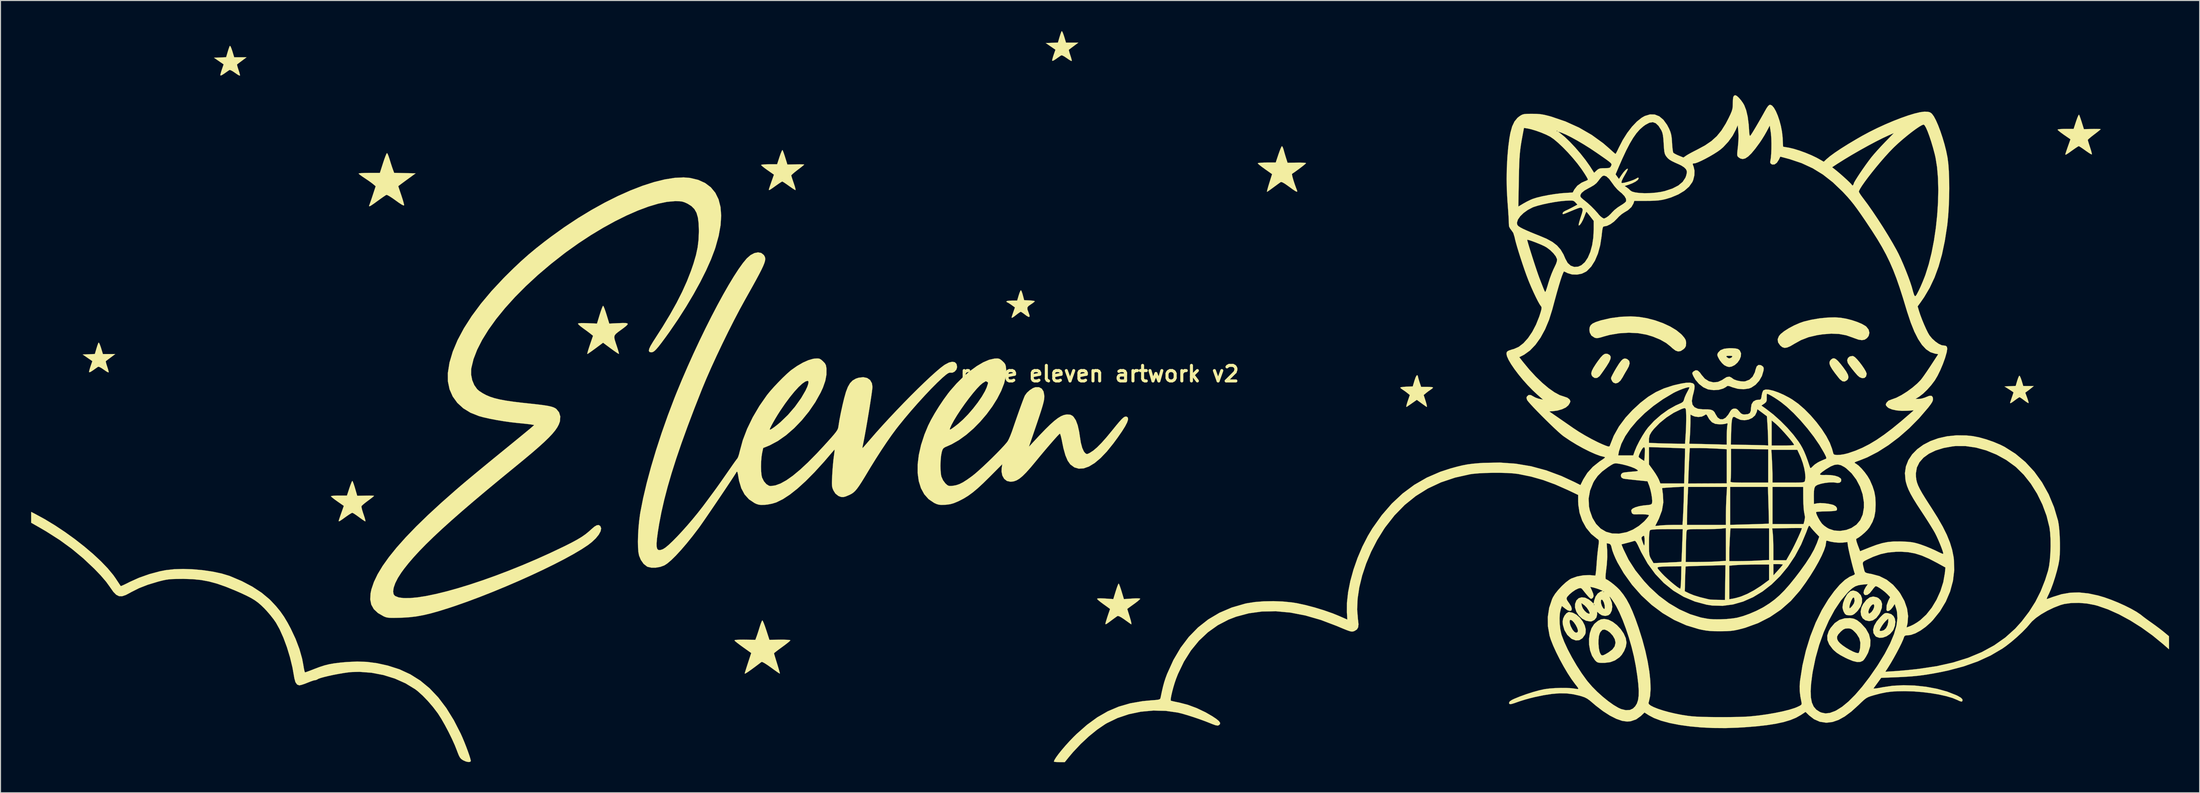
<source format=kicad_pcb>
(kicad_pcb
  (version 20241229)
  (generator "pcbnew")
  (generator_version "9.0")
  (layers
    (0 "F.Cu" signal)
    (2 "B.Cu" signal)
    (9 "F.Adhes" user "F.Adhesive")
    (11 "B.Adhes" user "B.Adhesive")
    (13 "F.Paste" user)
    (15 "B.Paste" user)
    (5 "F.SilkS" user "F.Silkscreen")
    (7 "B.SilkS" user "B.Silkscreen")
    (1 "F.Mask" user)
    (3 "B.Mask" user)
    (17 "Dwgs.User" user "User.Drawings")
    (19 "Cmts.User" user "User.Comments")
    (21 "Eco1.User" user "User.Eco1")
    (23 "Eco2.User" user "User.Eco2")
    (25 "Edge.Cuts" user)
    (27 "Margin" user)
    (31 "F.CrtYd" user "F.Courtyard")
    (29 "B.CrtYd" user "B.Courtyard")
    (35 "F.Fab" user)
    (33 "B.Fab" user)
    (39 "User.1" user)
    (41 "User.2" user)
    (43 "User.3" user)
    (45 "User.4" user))
  (footprint "rosie eleven artwork v2"
    (layer "F.Cu")
    (at 104.738 33.645)
    (property "Reference" "rosie eleven artwork v2" (at 0 0 0) (layer "F.SilkS") (effects (font (size 1.524 1.524) (thickness 0.3))))
    (attr through_hole)
    (fp_poly (pts (xy 72.154 -1.463) (xy 72.365 -1.279) (xy 72.633 -0.972) (xy 72.893 -0.639) (xy 73.18 -0.235) (xy 73.347 0.077) (xy 73.402 0.317) (xy 73.349 0.507) (xy 73.251 0.622) (xy 73.031 0.749) (xy 72.809 0.721) (xy 72.568 0.536) (xy 72.452 0.402) (xy 72.071 -0.085) (xy 71.798 -0.467) (xy 71.624 -0.764) (xy 71.542 -0.993) (xy 71.543 -1.174) (xy 71.619 -1.326) (xy 71.676 -1.391) (xy 71.828 -1.508) (xy 71.981 -1.536) (xy 72.154 -1.463)) (stroke (width 0.01) (type solid)) (fill yes) (layer "F.SilkS"))
    (fp_poly (pts (xy 73.878 -1.742) (xy 74.03 -1.646) (xy 74.239 -1.44) (xy 74.478 -1.161) (xy 74.719 -0.845) (xy 74.934 -0.53) (xy 75.097 -0.251) (xy 75.179 -0.045) (xy 75.184 -0.004) (xy 75.124 0.253) (xy 74.967 0.397) (xy 74.745 0.421) (xy 74.49 0.321) (xy 74.286 0.148) (xy 74.024 -0.15) (xy 73.759 -0.476) (xy 73.526 -0.784) (xy 73.362 -1.027) (xy 73.33 -1.083) (xy 73.271 -1.34) (xy 73.349 -1.563) (xy 73.533 -1.715) (xy 73.79 -1.757) (xy 73.878 -1.742)) (stroke (width 0.01) (type solid)) (fill yes) (layer "F.SilkS"))
    (fp_poly (pts (xy 49.813 -1.953) (xy 50.008 -1.841) (xy 50.094 -1.682) (xy 50.071 -1.458) (xy 49.935 -1.15) (xy 49.683 -0.741) (xy 49.65 -0.692) (xy 49.425 -0.363) (xy 49.217 -0.068) (xy 49.055 0.151) (xy 48.99 0.233) (xy 48.762 0.393) (xy 48.52 0.401) (xy 48.315 0.268) (xy 48.213 0.111) (xy 48.188 -0.07) (xy 48.246 -0.298) (xy 48.397 -0.596) (xy 48.646 -0.986) (xy 48.834 -1.254) (xy 49.111 -1.621) (xy 49.333 -1.853) (xy 49.524 -1.968) (xy 49.707 -1.982) (xy 49.813 -1.953)) (stroke (width 0.01) (type solid)) (fill yes) (layer "F.SilkS"))
    (fp_poly (pts (xy 51.647 -1.48) (xy 51.722 -1.444) (xy 51.907 -1.278) (xy 51.955 -1.045) (xy 51.866 -0.733) (xy 51.71 -0.441) (xy 51.53 -0.141) (xy 51.366 0.147) (xy 51.272 0.322) (xy 51.052 0.659) (xy 50.813 0.866) (xy 50.575 0.935) (xy 50.359 0.856) (xy 50.254 0.743) (xy 50.154 0.552) (xy 50.123 0.419) (xy 50.164 0.296) (xy 50.278 0.063) (xy 50.445 -0.246) (xy 50.639 -0.579) (xy 50.906 -1.004) (xy 51.121 -1.292) (xy 51.303 -1.457) (xy 51.472 -1.515) (xy 51.647 -1.48)) (stroke (width 0.01) (type solid)) (fill yes) (layer "F.SilkS"))
    (fp_poly (pts (xy 76.19 21.929) (xy 76.346 22.011) (xy 76.59 22.25) (xy 76.699 22.574) (xy 76.67 22.969) (xy 76.503 23.419) (xy 76.412 23.587) (xy 76.122 23.961) (xy 75.786 24.189) (xy 75.42 24.264) (xy 75.055 24.182) (xy 74.789 23.981) (xy 74.634 23.682) (xy 74.597 23.347) (xy 75.354 23.347) (xy 75.383 23.504) (xy 75.476 23.514) (xy 75.643 23.377) (xy 75.676 23.343) (xy 75.818 23.141) (xy 75.906 22.922) (xy 75.929 22.732) (xy 75.877 22.619) (xy 75.828 22.606) (xy 75.69 22.678) (xy 75.542 22.857) (xy 75.418 23.086) (xy 75.356 23.309) (xy 75.354 23.347) (xy 74.597 23.347) (xy 74.594 23.317) (xy 74.675 22.921) (xy 74.834 22.595) (xy 75.155 22.179) (xy 75.486 21.93) (xy 75.83 21.847) (xy 76.19 21.929)) (stroke (width 0.01) (type solid)) (fill yes) (layer "F.SilkS"))
    (fp_poly (pts (xy -85.204 -32.162) (xy -85.124 -31.993) (xy -85.031 -31.729) (xy -85.013 -31.672) (xy -84.831 -31.073) (xy -83.62 -31.073) (xy -84.069 -30.737) (xy -84.303 -30.562) (xy -84.476 -30.43) (xy -84.551 -30.37) (xy -84.542 -30.28) (xy -84.488 -30.077) (xy -84.412 -29.842) (xy -84.325 -29.57) (xy -84.273 -29.362) (xy -84.264 -29.274) (xy -84.338 -29.284) (xy -84.507 -29.379) (xy -84.737 -29.538) (xy -84.743 -29.543) (xy -84.987 -29.707) (xy -85.184 -29.81) (xy -85.293 -29.829) (xy -85.409 -29.753) (xy -85.612 -29.612) (xy -85.788 -29.486) (xy -86.037 -29.324) (xy -86.168 -29.282) (xy -86.191 -29.317) (xy -86.164 -29.459) (xy -86.097 -29.7) (xy -86.029 -29.908) (xy -85.867 -30.378) (xy -86.816 -31.03) (xy -86.22 -31.055) (xy -85.623 -31.08) (xy -85.469 -31.605) (xy -85.381 -31.888) (xy -85.302 -32.105) (xy -85.255 -32.201) (xy -85.204 -32.162)) (stroke (width 0.01) (type solid)) (fill yes) (layer "F.SilkS"))
    (fp_poly (pts (xy -3.67 -33.601) (xy -3.59 -33.432) (xy -3.497 -33.169) (xy -3.479 -33.111) (xy -3.297 -32.512) (xy -2.086 -32.512) (xy -2.535 -32.177) (xy -2.769 -32.002) (xy -2.942 -31.869) (xy -3.017 -31.81) (xy -3.008 -31.72) (xy -2.954 -31.517) (xy -2.878 -31.281) (xy -2.791 -31.009) (xy -2.739 -30.802) (xy -2.73 -30.713) (xy -2.804 -30.724) (xy -2.973 -30.819) (xy -3.203 -30.978) (xy -3.209 -30.982) (xy -3.453 -31.147) (xy -3.65 -31.249) (xy -3.759 -31.268) (xy -3.875 -31.192) (xy -4.078 -31.051) (xy -4.255 -30.925) (xy -4.503 -30.763) (xy -4.634 -30.721) (xy -4.657 -30.756) (xy -4.63 -30.898) (xy -4.563 -31.139) (xy -4.495 -31.347) (xy -4.333 -31.817) (xy -5.282 -32.47) (xy -4.686 -32.494) (xy -4.089 -32.519) (xy -3.935 -33.045) (xy -3.847 -33.327) (xy -3.768 -33.544) (xy -3.721 -33.64) (xy -3.67 -33.601)) (stroke (width 0.01) (type solid)) (fill yes) (layer "F.SilkS"))
    (fp_poly (pts (xy 62.007 -2.522) (xy 62.334 -2.496) (xy 62.542 -2.449) (xy 62.679 -2.367) (xy 62.756 -2.285) (xy 62.869 -2.024) (xy 62.852 -1.719) (xy 62.73 -1.402) (xy 62.522 -1.107) (xy 62.251 -0.867) (xy 61.939 -0.714) (xy 61.696 -0.677) (xy 61.494 -0.724) (xy 61.256 -0.84) (xy 61.213 -0.868) (xy 61.006 -1.058) (xy 60.797 -1.323) (xy 60.714 -1.458) (xy 60.59 -1.697) (xy 60.578 -1.737) (xy 61.426 -1.737) (xy 61.458 -1.664) (xy 61.468 -1.651) (xy 61.629 -1.543) (xy 61.722 -1.524) (xy 61.9 -1.585) (xy 61.976 -1.651) (xy 62.02 -1.73) (xy 61.957 -1.768) (xy 61.758 -1.778) (xy 61.722 -1.778) (xy 61.504 -1.77) (xy 61.426 -1.737) (xy 60.578 -1.737) (xy 60.544 -1.851) (xy 60.568 -1.981) (xy 60.624 -2.093) (xy 60.848 -2.324) (xy 61.211 -2.47) (xy 61.707 -2.527) (xy 62.007 -2.522)) (stroke (width 0.01) (type solid)) (fill yes) (layer "F.SilkS"))
    (fp_poly (pts (xy -98.074 -3.036) (xy -97.994 -2.868) (xy -97.9 -2.604) (xy -97.882 -2.547) (xy -97.7 -1.947) (xy -96.489 -1.947) (xy -96.939 -1.612) (xy -97.172 -1.437) (xy -97.345 -1.305) (xy -97.42 -1.245) (xy -97.411 -1.155) (xy -97.357 -0.952) (xy -97.281 -0.716) (xy -97.195 -0.445) (xy -97.142 -0.237) (xy -97.134 -0.149) (xy -97.207 -0.159) (xy -97.377 -0.254) (xy -97.607 -0.413) (xy -97.613 -0.417) (xy -97.856 -0.582) (xy -98.054 -0.685) (xy -98.162 -0.704) (xy -98.278 -0.628) (xy -98.481 -0.487) (xy -98.658 -0.36) (xy -98.906 -0.199) (xy -99.037 -0.157) (xy -99.06 -0.191) (xy -99.034 -0.333) (xy -98.966 -0.575) (xy -98.898 -0.782) (xy -98.737 -1.252) (xy -99.211 -1.579) (xy -99.686 -1.905) (xy -99.089 -1.93) (xy -98.492 -1.954) (xy -98.338 -2.48) (xy -98.25 -2.763) (xy -98.172 -2.979) (xy -98.125 -3.076) (xy -98.074 -3.036)) (stroke (width 0.01) (type solid)) (fill yes) (layer "F.SilkS"))
    (fp_poly (pts (xy 46.386 23.441) (xy 46.747 23.64) (xy 47.075 23.934) (xy 47.35 24.292) (xy 47.549 24.682) (xy 47.65 25.075) (xy 47.631 25.438) (xy 47.572 25.596) (xy 47.323 25.942) (xy 47.02 26.131) (xy 46.676 26.159) (xy 46.306 26.023) (xy 46.221 25.969) (xy 45.839 25.614) (xy 45.561 25.151) (xy 45.407 24.619) (xy 45.389 24.388) (xy 46.071 24.388) (xy 46.141 24.66) (xy 46.189 24.786) (xy 46.355 25.104) (xy 46.532 25.315) (xy 46.7 25.402) (xy 46.837 25.35) (xy 46.864 25.314) (xy 46.878 25.15) (xy 46.802 24.911) (xy 46.664 24.643) (xy 46.492 24.393) (xy 46.314 24.206) (xy 46.157 24.13) (xy 46.152 24.13) (xy 46.074 24.2) (xy 46.071 24.388) (xy 45.389 24.388) (xy 45.382 24.298) (xy 45.433 24.009) (xy 45.565 23.728) (xy 45.747 23.502) (xy 45.945 23.378) (xy 46.014 23.368) (xy 46.386 23.441)) (stroke (width 0.01) (type solid)) (fill yes) (layer "F.SilkS"))
    (fp_poly (pts (xy 77.187 23.468) (xy 77.261 23.479) (xy 77.591 23.577) (xy 77.812 23.765) (xy 77.943 24.008) (xy 78 24.327) (xy 77.956 24.706) (xy 77.821 25.078) (xy 77.747 25.206) (xy 77.473 25.52) (xy 77.137 25.748) (xy 76.777 25.879) (xy 76.43 25.901) (xy 76.134 25.802) (xy 76.048 25.736) (xy 75.855 25.452) (xy 75.822 25.185) (xy 76.454 25.185) (xy 76.522 25.228) (xy 76.68 25.215) (xy 76.863 25.153) (xy 76.882 25.143) (xy 77.078 24.959) (xy 77.227 24.672) (xy 77.299 24.348) (xy 77.301 24.288) (xy 77.301 24.014) (xy 77.039 24.262) (xy 76.872 24.451) (xy 76.699 24.694) (xy 76.551 24.938) (xy 76.464 25.13) (xy 76.454 25.185) (xy 75.822 25.185) (xy 75.813 25.108) (xy 75.918 24.716) (xy 76.168 24.288) (xy 76.504 23.892) (xy 76.739 23.656) (xy 76.903 23.522) (xy 77.038 23.468) (xy 77.187 23.468)) (stroke (width 0.01) (type solid)) (fill yes) (layer "F.SilkS"))
    (fp_poly (pts (xy 72.618 -5.514) (xy 73.164 -5.421) (xy 73.723 -5.279) (xy 74.254 -5.102) (xy 74.715 -4.907) (xy 75.063 -4.706) (xy 75.152 -4.636) (xy 75.378 -4.348) (xy 75.454 -4.031) (xy 75.378 -3.722) (xy 75.214 -3.51) (xy 74.988 -3.36) (xy 74.72 -3.311) (xy 74.38 -3.362) (xy 73.941 -3.515) (xy 73.848 -3.554) (xy 73.174 -3.788) (xy 72.474 -3.919) (xy 71.716 -3.95) (xy 70.869 -3.883) (xy 70.329 -3.801) (xy 69.493 -3.605) (xy 68.748 -3.316) (xy 68.118 -2.966) (xy 67.702 -2.721) (xy 67.384 -2.585) (xy 67.133 -2.553) (xy 66.919 -2.621) (xy 66.713 -2.786) (xy 66.711 -2.787) (xy 66.501 -3.089) (xy 66.459 -3.401) (xy 66.585 -3.716) (xy 66.753 -3.914) (xy 67.101 -4.195) (xy 67.563 -4.488) (xy 68.087 -4.766) (xy 68.623 -5) (xy 69.03 -5.14) (xy 69.772 -5.32) (xy 70.563 -5.453) (xy 71.349 -5.531) (xy 72.079 -5.549) (xy 72.618 -5.514)) (stroke (width 0.01) (type solid)) (fill yes) (layer "F.SilkS"))
    (fp_poly (pts (xy 74.163 21.337) (xy 74.346 21.445) (xy 74.609 21.712) (xy 74.736 22.051) (xy 74.727 22.436) (xy 74.587 22.839) (xy 74.315 23.236) (xy 74.212 23.346) (xy 73.973 23.563) (xy 73.78 23.671) (xy 73.583 23.7) (xy 73.565 23.7) (xy 73.336 23.683) (xy 73.176 23.652) (xy 73.171 23.65) (xy 73.035 23.524) (xy 72.911 23.295) (xy 72.829 23.029) (xy 72.813 22.879) (xy 72.814 22.876) (xy 73.493 22.876) (xy 73.502 22.988) (xy 73.547 22.997) (xy 73.657 22.894) (xy 73.747 22.795) (xy 73.927 22.537) (xy 73.997 22.296) (xy 73.997 22.287) (xy 73.973 22.028) (xy 73.908 21.933) (xy 73.81 22.001) (xy 73.682 22.234) (xy 73.673 22.256) (xy 73.569 22.534) (xy 73.504 22.778) (xy 73.493 22.876) (xy 72.814 22.876) (xy 72.871 22.496) (xy 73.023 22.072) (xy 73.242 21.68) (xy 73.33 21.564) (xy 73.589 21.328) (xy 73.859 21.254) (xy 74.163 21.337)) (stroke (width 0.01) (type solid)) (fill yes) (layer "F.SilkS"))
    (fp_poly (pts (xy 90.217 0.244) (xy 90.301 0.438) (xy 90.382 0.677) (xy 90.535 1.185) (xy 91.051 1.188) (xy 91.567 1.191) (xy 91.37 1.355) (xy 91.148 1.532) (xy 90.952 1.68) (xy 90.731 1.841) (xy 90.913 2.335) (xy 91.002 2.598) (xy 91.054 2.791) (xy 91.057 2.866) (xy 90.977 2.839) (xy 90.805 2.729) (xy 90.623 2.595) (xy 90.402 2.43) (xy 90.235 2.318) (xy 90.168 2.286) (xy 90.074 2.334) (xy 89.892 2.457) (xy 89.722 2.582) (xy 89.458 2.776) (xy 89.304 2.867) (xy 89.242 2.867) (xy 89.239 2.85) (xy 89.264 2.761) (xy 89.33 2.558) (xy 89.408 2.328) (xy 89.497 2.067) (xy 89.558 1.881) (xy 89.577 1.816) (xy 89.512 1.764) (xy 89.342 1.647) (xy 89.134 1.512) (xy 88.69 1.228) (xy 89.24 1.203) (xy 89.79 1.179) (xy 89.939 0.674) (xy 90.027 0.411) (xy 90.107 0.228) (xy 90.158 0.169) (xy 90.217 0.244)) (stroke (width 0.01) (type solid)) (fill yes) (layer "F.SilkS"))
    (fp_poly (pts (xy 52.833 -5.6) (xy 53.643 -5.466) (xy 54.449 -5.255) (xy 55.219 -4.979) (xy 55.923 -4.653) (xy 56.528 -4.29) (xy 57.003 -3.902) (xy 57.1 -3.801) (xy 57.315 -3.546) (xy 57.433 -3.351) (xy 57.482 -3.161) (xy 57.489 -3.004) (xy 57.465 -2.739) (xy 57.366 -2.553) (xy 57.228 -2.421) (xy 56.961 -2.245) (xy 56.708 -2.2) (xy 56.443 -2.291) (xy 56.137 -2.524) (xy 55.997 -2.659) (xy 55.535 -3.03) (xy 54.936 -3.369) (xy 54.228 -3.66) (xy 53.602 -3.85) (xy 52.777 -3.997) (xy 51.868 -4.041) (xy 50.927 -3.984) (xy 50.004 -3.828) (xy 49.435 -3.675) (xy 49.081 -3.569) (xy 48.842 -3.517) (xy 48.671 -3.513) (xy 48.524 -3.552) (xy 48.502 -3.561) (xy 48.201 -3.762) (xy 48.039 -4.061) (xy 48.006 -4.327) (xy 48.033 -4.582) (xy 48.131 -4.781) (xy 48.322 -4.944) (xy 48.63 -5.09) (xy 49.079 -5.239) (xy 49.155 -5.261) (xy 50.092 -5.477) (xy 51.078 -5.607) (xy 52.049 -5.646) (xy 52.833 -5.6)) (stroke (width 0.01) (type solid)) (fill yes) (layer "F.SilkS"))
    (fp_poly (pts (xy -7.665 -8.138) (xy -7.59 -7.943) (xy -7.527 -7.726) (xy -7.4 -7.239) (xy -6.875 -7.214) (xy -6.603 -7.192) (xy -6.414 -7.16) (xy -6.353 -7.129) (xy -6.42 -7.054) (xy -6.59 -6.926) (xy -6.734 -6.83) (xy -6.976 -6.661) (xy -7.085 -6.514) (xy -7.081 -6.332) (xy -6.981 -6.058) (xy -6.98 -6.056) (xy -6.878 -5.764) (xy -6.874 -5.61) (xy -6.971 -5.592) (xy -7.171 -5.707) (xy -7.281 -5.791) (xy -7.5 -5.956) (xy -7.667 -6.066) (xy -7.733 -6.095) (xy -7.832 -6.046) (xy -8.014 -5.918) (xy -8.165 -5.8) (xy -8.43 -5.595) (xy -8.584 -5.506) (xy -8.636 -5.53) (xy -8.636 -5.532) (xy -8.611 -5.621) (xy -8.545 -5.823) (xy -8.47 -6.043) (xy -8.305 -6.524) (xy -8.652 -6.776) (xy -8.865 -6.92) (xy -9.025 -7.011) (xy -9.072 -7.027) (xy -9.142 -7.092) (xy -9.144 -7.112) (xy -9.067 -7.157) (xy -8.863 -7.187) (xy -8.615 -7.197) (xy -8.086 -7.197) (xy -7.936 -7.705) (xy -7.849 -7.969) (xy -7.769 -8.152) (xy -7.72 -8.213) (xy -7.665 -8.138)) (stroke (width 0.01) (type solid)) (fill yes) (layer "F.SilkS"))
    (fp_poly (pts (xy 31.202 0.255) (xy 31.205 0.276) (xy 31.243 0.434) (xy 31.316 0.683) (xy 31.368 0.843) (xy 31.51 1.27) (xy 32.095 1.27) (xy 32.386 1.279) (xy 32.595 1.302) (xy 32.681 1.334) (xy 32.681 1.336) (xy 32.617 1.422) (xy 32.46 1.54) (xy 32.449 1.547) (xy 32.21 1.711) (xy 31.99 1.883) (xy 31.764 2.074) (xy 31.959 2.687) (xy 32.041 2.974) (xy 32.08 3.171) (xy 32.068 3.246) (xy 32.058 3.243) (xy 31.942 3.166) (xy 31.738 3.021) (xy 31.526 2.867) (xy 31.09 2.547) (xy 30.637 2.865) (xy 30.387 3.038) (xy 30.184 3.177) (xy 30.082 3.244) (xy 30.057 3.204) (xy 30.087 3.032) (xy 30.169 2.757) (xy 30.191 2.691) (xy 30.401 2.074) (xy 30.165 1.88) (xy 29.928 1.699) (xy 29.697 1.544) (xy 29.536 1.429) (xy 29.464 1.343) (xy 29.464 1.34) (xy 29.542 1.307) (xy 29.746 1.276) (xy 30.036 1.254) (xy 30.076 1.253) (xy 30.689 1.228) (xy 30.86 0.657) (xy 30.973 0.332) (xy 31.072 0.152) (xy 31.15 0.124) (xy 31.202 0.255)) (stroke (width 0.01) (type solid)) (fill yes) (layer "F.SilkS"))
    (fp_poly (pts (xy -48.619 -6.613) (xy -48.533 -6.408) (xy -48.427 -6.106) (xy -48.333 -5.813) (xy -48.065 -4.938) (xy -47.236 -4.978) (xy -46.756 -4.996) (xy -46.438 -4.991) (xy -46.276 -4.95) (xy -46.263 -4.863) (xy -46.394 -4.719) (xy -46.661 -4.507) (xy -46.869 -4.353) (xy -47.196 -4.115) (xy -47.415 -3.935) (xy -47.538 -3.775) (xy -47.574 -3.596) (xy -47.534 -3.359) (xy -47.43 -3.025) (xy -47.324 -2.712) (xy -47.221 -2.39) (xy -47.149 -2.135) (xy -47.117 -1.984) (xy -47.118 -1.96) (xy -47.196 -1.994) (xy -47.379 -2.111) (xy -47.64 -2.292) (xy -47.914 -2.492) (xy -48.675 -3.059) (xy -49.42 -2.504) (xy -49.726 -2.28) (xy -49.982 -2.099) (xy -50.157 -1.982) (xy -50.22 -1.949) (xy -50.216 -2.023) (xy -50.165 -2.224) (xy -50.074 -2.522) (xy -49.967 -2.845) (xy -49.66 -3.742) (xy -49.885 -3.924) (xy -50.068 -4.066) (xy -50.332 -4.262) (xy -50.621 -4.471) (xy -50.624 -4.473) (xy -50.873 -4.662) (xy -51.055 -4.821) (xy -51.137 -4.921) (xy -51.139 -4.929) (xy -51.055 -4.97) (xy -50.806 -4.989) (xy -50.395 -4.985) (xy -50.205 -4.979) (xy -49.272 -4.94) (xy -49.006 -5.814) (xy -48.891 -6.17) (xy -48.788 -6.455) (xy -48.708 -6.638) (xy -48.67 -6.689) (xy -48.619 -6.613)) (stroke (width 0.01) (type solid)) (fill yes) (layer "F.SilkS"))
    (fp_poly (pts (xy 64.792 -0.864) (xy 64.912 -0.802) (xy 65.048 -0.69) (xy 65.095 -0.556) (xy 65.075 -0.331) (xy 65.072 -0.315) (xy 64.92 0.203) (xy 64.65 0.675) (xy 64.293 1.069) (xy 63.876 1.347) (xy 63.644 1.435) (xy 63.12 1.508) (xy 62.549 1.463) (xy 62.002 1.308) (xy 61.942 1.282) (xy 61.669 1.184) (xy 61.52 1.183) (xy 61.502 1.2) (xy 61.396 1.286) (xy 61.195 1.4) (xy 61.098 1.446) (xy 60.682 1.564) (xy 60.193 1.595) (xy 59.704 1.534) (xy 59.605 1.509) (xy 59.169 1.31) (xy 58.751 0.983) (xy 58.396 0.571) (xy 58.196 0.222) (xy 58.107 0.013) (xy 58.095 -0.107) (xy 58.165 -0.2) (xy 58.237 -0.26) (xy 58.438 -0.363) (xy 58.632 -0.325) (xy 58.837 -0.137) (xy 59.001 0.095) (xy 59.327 0.475) (xy 59.722 0.721) (xy 60.156 0.827) (xy 60.599 0.788) (xy 61.022 0.597) (xy 61.13 0.518) (xy 61.459 0.312) (xy 61.736 0.266) (xy 61.96 0.38) (xy 61.989 0.412) (xy 62.179 0.541) (xy 62.475 0.649) (xy 62.817 0.72) (xy 63.141 0.741) (xy 63.282 0.726) (xy 63.689 0.57) (xy 64.005 0.275) (xy 64.221 -0.147) (xy 64.297 -0.443) (xy 64.4 -0.731) (xy 64.57 -0.875) (xy 64.792 -0.864)) (stroke (width 0.01) (type solid)) (fill yes) (layer "F.SilkS"))
    (fp_poly (pts (xy 49.866 24.122) (xy 50.29 24.334) (xy 50.701 24.65) (xy 51.069 25.041) (xy 51.368 25.476) (xy 51.57 25.928) (xy 51.645 26.365) (xy 51.645 26.374) (xy 51.582 26.767) (xy 51.415 27.19) (xy 51.176 27.576) (xy 50.96 27.808) (xy 50.517 28.116) (xy 50.049 28.293) (xy 49.5 28.36) (xy 49.391 28.361) (xy 49.071 28.358) (xy 48.868 28.333) (xy 48.727 28.269) (xy 48.597 28.148) (xy 48.532 28.075) (xy 48.26 27.657) (xy 48.076 27.149) (xy 47.979 26.588) (xy 47.977 26.501) (xy 48.899 26.501) (xy 48.932 26.911) (xy 49 27.253) (xy 49.041 27.368) (xy 49.127 27.537) (xy 49.217 27.621) (xy 49.346 27.618) (xy 49.547 27.527) (xy 49.855 27.346) (xy 49.881 27.33) (xy 50.258 27.046) (xy 50.48 26.744) (xy 50.562 26.401) (xy 50.563 26.353) (xy 50.491 26.029) (xy 50.298 25.689) (xy 50.019 25.382) (xy 49.765 25.199) (xy 49.494 25.087) (xy 49.286 25.118) (xy 49.109 25.3) (xy 49.023 25.45) (xy 48.944 25.713) (xy 48.903 26.082) (xy 48.899 26.501) (xy 47.977 26.501) (xy 47.969 26.011) (xy 48.047 25.457) (xy 48.212 24.964) (xy 48.464 24.569) (xy 48.537 24.494) (xy 48.854 24.231) (xy 49.136 24.09) (xy 49.436 24.045) (xy 49.455 24.045) (xy 49.866 24.122)) (stroke (width 0.01) (type solid)) (fill yes) (layer "F.SilkS"))
    (fp_poly (pts (xy -73.205 10.575) (xy -73.127 10.777) (xy -73.031 11.07) (xy -72.983 11.231) (xy -72.771 11.963) (xy -71.945 11.946) (xy -71.595 11.942) (xy -71.318 11.946) (xy -71.152 11.958) (xy -71.12 11.969) (xy -71.184 12.033) (xy -71.354 12.171) (xy -71.599 12.357) (xy -71.717 12.443) (xy -71.992 12.652) (xy -72.21 12.833) (xy -72.338 12.958) (xy -72.355 12.985) (xy -72.347 13.11) (xy -72.29 13.349) (xy -72.195 13.659) (xy -72.151 13.785) (xy -72.049 14.095) (xy -71.984 14.333) (xy -71.966 14.464) (xy -71.974 14.478) (xy -72.069 14.43) (xy -72.261 14.303) (xy -72.515 14.12) (xy -72.602 14.055) (xy -72.871 13.859) (xy -73.095 13.711) (xy -73.235 13.636) (xy -73.255 13.631) (xy -73.363 13.678) (xy -73.568 13.804) (xy -73.832 13.984) (xy -73.93 14.055) (xy -74.236 14.276) (xy -74.432 14.408) (xy -74.54 14.465) (xy -74.585 14.46) (xy -74.591 14.429) (xy -74.565 14.332) (xy -74.494 14.115) (xy -74.392 13.817) (xy -74.339 13.666) (xy -74.088 12.953) (xy -74.72 12.513) (xy -74.999 12.312) (xy -75.215 12.143) (xy -75.337 12.032) (xy -75.353 12.005) (xy -75.275 11.976) (xy -75.064 11.953) (xy -74.759 11.94) (xy -74.566 11.938) (xy -73.78 11.938) (xy -73.545 11.218) (xy -73.435 10.9) (xy -73.339 10.653) (xy -73.271 10.516) (xy -73.253 10.499) (xy -73.205 10.575)) (stroke (width 0.01) (type solid)) (fill yes) (layer "F.SilkS"))
    (fp_poly (pts (xy -31.037 -21.87) (xy -30.955 -21.647) (xy -30.854 -21.346) (xy -30.819 -21.233) (xy -30.607 -20.55) (xy -29.782 -20.567) (xy -29.431 -20.571) (xy -29.154 -20.567) (xy -28.988 -20.556) (xy -28.956 -20.547) (xy -29.019 -20.483) (xy -29.188 -20.343) (xy -29.434 -20.151) (xy -29.591 -20.032) (xy -29.867 -19.817) (xy -30.082 -19.634) (xy -30.207 -19.51) (xy -30.226 -19.477) (xy -30.199 -19.367) (xy -30.128 -19.14) (xy -30.026 -18.837) (xy -29.984 -18.717) (xy -29.883 -18.411) (xy -29.82 -18.175) (xy -29.804 -18.047) (xy -29.813 -18.034) (xy -29.909 -18.081) (xy -30.105 -18.206) (xy -30.364 -18.385) (xy -30.464 -18.457) (xy -30.736 -18.65) (xy -30.956 -18.797) (xy -31.09 -18.874) (xy -31.11 -18.881) (xy -31.204 -18.834) (xy -31.398 -18.709) (xy -31.656 -18.53) (xy -31.758 -18.457) (xy -32.068 -18.235) (xy -32.266 -18.102) (xy -32.376 -18.046) (xy -32.421 -18.053) (xy -32.427 -18.083) (xy -32.401 -18.18) (xy -32.33 -18.397) (xy -32.228 -18.695) (xy -32.177 -18.843) (xy -31.926 -19.553) (xy -32.558 -19.995) (xy -32.836 -20.196) (xy -33.052 -20.366) (xy -33.173 -20.478) (xy -33.189 -20.505) (xy -33.111 -20.535) (xy -32.9 -20.558) (xy -32.595 -20.572) (xy -32.402 -20.574) (xy -31.616 -20.574) (xy -31.379 -21.3) (xy -31.27 -21.613) (xy -31.174 -21.845) (xy -31.106 -21.964) (xy -31.086 -21.971) (xy -31.037 -21.87)) (stroke (width 0.01) (type solid)) (fill yes) (layer "F.SilkS"))
    (fp_poly (pts (xy 17.932 -22.278) (xy 18.007 -22.092) (xy 18.035 -21.992) (xy 18.118 -21.694) (xy 18.223 -21.343) (xy 18.275 -21.177) (xy 18.422 -20.722) (xy 19.329 -20.737) (xy 19.697 -20.738) (xy 19.994 -20.727) (xy 20.183 -20.706) (xy 20.234 -20.685) (xy 20.17 -20.614) (xy 19.999 -20.47) (xy 19.754 -20.278) (xy 19.467 -20.062) (xy 19.169 -19.846) (xy 18.893 -19.655) (xy 18.862 -19.635) (xy 18.858 -19.54) (xy 18.906 -19.32) (xy 18.994 -19.01) (xy 19.113 -18.643) (xy 19.253 -18.252) (xy 19.352 -17.998) (xy 19.373 -17.897) (xy 19.314 -17.88) (xy 19.161 -17.955) (xy 18.904 -18.126) (xy 18.531 -18.4) (xy 18.505 -18.419) (xy 18.164 -18.66) (xy 17.916 -18.801) (xy 17.774 -18.835) (xy 17.763 -18.831) (xy 17.648 -18.753) (xy 17.437 -18.601) (xy 17.166 -18.402) (xy 17.049 -18.315) (xy 16.776 -18.115) (xy 16.556 -17.96) (xy 16.423 -17.875) (xy 16.401 -17.865) (xy 16.406 -17.94) (xy 16.455 -18.143) (xy 16.54 -18.442) (xy 16.629 -18.735) (xy 16.902 -19.605) (xy 16.198 -20.102) (xy 15.904 -20.317) (xy 15.669 -20.5) (xy 15.525 -20.628) (xy 15.494 -20.671) (xy 15.573 -20.701) (xy 15.786 -20.725) (xy 16.098 -20.74) (xy 16.376 -20.743) (xy 17.258 -20.743) (xy 17.526 -21.548) (xy 17.646 -21.886) (xy 17.754 -22.154) (xy 17.836 -22.318) (xy 17.868 -22.352) (xy 17.932 -22.278)) (stroke (width 0.01) (type solid)) (fill yes) (layer "F.SilkS"))
    (fp_poly (pts (xy 73.924 24.021) (xy 74.24 24.17) (xy 74.573 24.428) (xy 74.627 24.477) (xy 75.102 25.001) (xy 75.411 25.552) (xy 75.554 26.126) (xy 75.53 26.721) (xy 75.337 27.333) (xy 75.278 27.456) (xy 75.115 27.754) (xy 74.953 28.001) (xy 74.824 28.148) (xy 74.815 28.155) (xy 74.561 28.266) (xy 74.243 28.276) (xy 73.843 28.182) (xy 73.343 27.98) (xy 73.082 27.855) (xy 72.604 27.598) (xy 72.244 27.362) (xy 71.959 27.117) (xy 71.848 27) (xy 71.509 26.547) (xy 71.334 26.114) (xy 71.324 25.794) (xy 72.28 25.794) (xy 72.288 26.011) (xy 72.39 26.226) (xy 72.556 26.418) (xy 72.822 26.639) (xy 73.152 26.867) (xy 73.507 27.079) (xy 73.85 27.254) (xy 74.144 27.37) (xy 74.352 27.404) (xy 74.38 27.4) (xy 74.438 27.31) (xy 74.501 27.103) (xy 74.541 26.897) (xy 74.569 26.384) (xy 74.461 25.941) (xy 74.205 25.528) (xy 74.051 25.355) (xy 73.829 25.139) (xy 73.654 25.025) (xy 73.469 24.981) (xy 73.333 24.977) (xy 73.088 24.999) (xy 72.889 25.088) (xy 72.664 25.278) (xy 72.647 25.294) (xy 72.396 25.568) (xy 72.28 25.794) (xy 71.324 25.794) (xy 71.321 25.684) (xy 71.468 25.238) (xy 71.652 24.927) (xy 72.055 24.454) (xy 72.511 24.141) (xy 73.016 23.988) (xy 73.104 23.979) (xy 73.565 23.964) (xy 73.924 24.021)) (stroke (width 0.01) (type solid)) (fill yes) (layer "F.SilkS"))
    (fp_poly (pts (xy 96.048 -25.341) (xy 96.13 -25.119) (xy 96.23 -24.817) (xy 96.266 -24.704) (xy 96.478 -24.022) (xy 97.303 -24.039) (xy 97.654 -24.042) (xy 97.93 -24.038) (xy 98.097 -24.028) (xy 98.129 -24.018) (xy 98.066 -23.955) (xy 97.896 -23.815) (xy 97.65 -23.622) (xy 97.494 -23.503) (xy 97.218 -23.29) (xy 97.003 -23.111) (xy 96.878 -22.994) (xy 96.859 -22.964) (xy 96.884 -22.86) (xy 96.951 -22.638) (xy 97.046 -22.34) (xy 97.079 -22.241) (xy 97.176 -21.932) (xy 97.24 -21.689) (xy 97.261 -21.552) (xy 97.257 -21.537) (xy 97.175 -21.564) (xy 96.991 -21.673) (xy 96.74 -21.843) (xy 96.628 -21.923) (xy 96.354 -22.118) (xy 96.132 -22.266) (xy 95.996 -22.345) (xy 95.975 -22.352) (xy 95.88 -22.305) (xy 95.686 -22.181) (xy 95.428 -22.002) (xy 95.327 -21.929) (xy 95.017 -21.706) (xy 94.819 -21.574) (xy 94.709 -21.517) (xy 94.663 -21.524) (xy 94.657 -21.554) (xy 94.684 -21.651) (xy 94.754 -21.868) (xy 94.856 -22.166) (xy 94.908 -22.314) (xy 95.159 -23.024) (xy 94.527 -23.46) (xy 94.248 -23.661) (xy 94.032 -23.831) (xy 93.911 -23.944) (xy 93.895 -23.971) (xy 93.974 -24.003) (xy 94.184 -24.029) (xy 94.49 -24.043) (xy 94.682 -24.045) (xy 95.469 -24.045) (xy 95.706 -24.772) (xy 95.815 -25.084) (xy 95.911 -25.316) (xy 95.979 -25.436) (xy 95.998 -25.443) (xy 96.048 -25.341)) (stroke (width 0.01) (type solid)) (fill yes) (layer "F.SilkS"))
    (fp_poly (pts (xy 1.911 20.65) (xy 1.991 20.852) (xy 2.091 21.147) (xy 2.15 21.337) (xy 2.379 22.101) (xy 3.179 22.045) (xy 3.558 22.026) (xy 3.829 22.029) (xy 3.967 22.053) (xy 3.979 22.067) (xy 3.915 22.148) (xy 3.742 22.299) (xy 3.491 22.494) (xy 3.344 22.6) (xy 3.067 22.8) (xy 2.852 22.957) (xy 2.728 23.051) (xy 2.709 23.067) (xy 2.733 23.148) (xy 2.796 23.355) (xy 2.889 23.651) (xy 2.953 23.858) (xy 3.047 24.181) (xy 3.104 24.426) (xy 3.118 24.563) (xy 3.101 24.578) (xy 2.991 24.504) (xy 2.784 24.358) (xy 2.518 24.168) (xy 2.436 24.108) (xy 2.127 23.901) (xy 1.895 23.779) (xy 1.763 23.755) (xy 1.758 23.758) (xy 1.639 23.838) (xy 1.43 23.988) (xy 1.185 24.169) (xy 0.875 24.401) (xy 0.682 24.534) (xy 0.584 24.572) (xy 0.563 24.516) (xy 0.598 24.368) (xy 0.64 24.226) (xy 0.743 23.891) (xy 0.855 23.552) (xy 0.89 23.451) (xy 0.966 23.232) (xy 1.011 23.095) (xy 1.016 23.074) (xy 0.952 23.021) (xy 0.78 22.892) (xy 0.53 22.712) (xy 0.381 22.606) (xy 0.102 22.4) (xy -0.114 22.224) (xy -0.237 22.103) (xy -0.254 22.072) (xy -0.172 22.035) (xy 0.064 22.023) (xy 0.443 22.038) (xy 0.541 22.044) (xy 1.337 22.1) (xy 1.571 21.337) (xy 1.678 21.007) (xy 1.772 20.749) (xy 1.841 20.598) (xy 1.863 20.574) (xy 1.911 20.65)) (stroke (width 0.01) (type solid)) (fill yes) (layer "F.SilkS"))
    (fp_poly (pts (xy -69.798 -21.6) (xy -69.713 -21.401) (xy -69.617 -21.119) (xy -69.599 -21.061) (xy -69.488 -20.7) (xy -69.374 -20.349) (xy -69.284 -20.09) (xy -69.152 -19.732) (xy -68.098 -19.709) (xy -67.044 -19.685) (xy -67.897 -19.062) (xy -68.22 -18.825) (xy -68.488 -18.627) (xy -68.672 -18.487) (xy -68.749 -18.426) (xy -68.749 -18.425) (xy -68.724 -18.343) (xy -68.655 -18.135) (xy -68.553 -17.833) (xy -68.45 -17.529) (xy -68.33 -17.161) (xy -68.238 -16.847) (xy -68.184 -16.623) (xy -68.175 -16.536) (xy -68.249 -16.533) (xy -68.441 -16.633) (xy -68.736 -16.828) (xy -69 -17.019) (xy -69.322 -17.249) (xy -69.602 -17.431) (xy -69.808 -17.545) (xy -69.909 -17.574) (xy -70.018 -17.509) (xy -70.23 -17.366) (xy -70.513 -17.166) (xy -70.771 -16.979) (xy -71.139 -16.712) (xy -71.391 -16.54) (xy -71.541 -16.455) (xy -71.607 -16.449) (xy -71.606 -16.513) (xy -71.583 -16.573) (xy -71.532 -16.713) (xy -71.442 -16.973) (xy -71.328 -17.31) (xy -71.243 -17.568) (xy -70.965 -18.415) (xy -71.215 -18.627) (xy -71.407 -18.776) (xy -71.688 -18.976) (xy -72 -19.187) (xy -72.049 -19.219) (xy -72.319 -19.402) (xy -72.524 -19.554) (xy -72.631 -19.65) (xy -72.639 -19.664) (xy -72.562 -19.688) (xy -72.347 -19.708) (xy -72.027 -19.722) (xy -71.634 -19.727) (xy -71.598 -19.727) (xy -70.552 -19.727) (xy -70.24 -20.701) (xy -70.114 -21.077) (xy -70 -21.385) (xy -69.909 -21.595) (xy -69.856 -21.675) (xy -69.855 -21.675) (xy -69.798 -21.6)) (stroke (width 0.01) (type solid)) (fill yes) (layer "F.SilkS"))
    (fp_poly (pts (xy -33.012 24.258) (xy -32.923 24.458) (xy -32.809 24.759) (xy -32.683 25.129) (xy -32.681 25.135) (xy -32.369 26.097) (xy -31.34 26.083) (xy -30.945 26.083) (xy -30.62 26.095) (xy -30.398 26.115) (xy -30.311 26.142) (xy -30.311 26.144) (xy -30.375 26.22) (xy -30.552 26.372) (xy -30.812 26.575) (xy -31.115 26.799) (xy -31.43 27.029) (xy -31.687 27.224) (xy -31.859 27.361) (xy -31.919 27.421) (xy -31.896 27.513) (xy -31.831 27.734) (xy -31.735 28.05) (xy -31.618 28.429) (xy -31.617 28.429) (xy -31.503 28.806) (xy -31.413 29.118) (xy -31.356 29.333) (xy -31.342 29.42) (xy -31.342 29.42) (xy -31.416 29.382) (xy -31.599 29.261) (xy -31.863 29.074) (xy -32.182 28.841) (xy -32.209 28.821) (xy -32.578 28.559) (xy -32.869 28.373) (xy -33.065 28.275) (xy -33.141 28.267) (xy -33.697 28.688) (xy -34.129 29.007) (xy -34.446 29.232) (xy -34.657 29.367) (xy -34.769 29.42) (xy -34.794 29.405) (xy -34.767 29.303) (xy -34.698 29.073) (xy -34.596 28.75) (xy -34.473 28.369) (xy -34.472 28.366) (xy -34.153 27.394) (xy -34.963 26.817) (xy -35.283 26.584) (xy -35.549 26.38) (xy -35.731 26.229) (xy -35.801 26.154) (xy -35.734 26.116) (xy -35.505 26.091) (xy -35.121 26.081) (xy -34.79 26.083) (xy -33.749 26.097) (xy -33.627 25.77) (xy -33.541 25.521) (xy -33.431 25.183) (xy -33.321 24.828) (xy -33.32 24.824) (xy -33.222 24.527) (xy -33.134 24.303) (xy -33.071 24.194) (xy -33.064 24.189) (xy -33.012 24.258)) (stroke (width 0.01) (type solid)) (fill yes) (layer "F.SilkS"))
    (fp_poly (pts (xy -104.394 13.716) (xy -103.407 14.253) (xy -102.406 14.86) (xy -101.411 15.522) (xy -100.442 16.222) (xy -99.519 16.945) (xy -98.661 17.674) (xy -97.89 18.394) (xy -97.224 19.088) (xy -96.683 19.741) (xy -96.454 20.066) (xy -96.253 20.371) (xy -96.089 20.619) (xy -95.982 20.779) (xy -95.953 20.822) (xy -95.872 20.8) (xy -95.673 20.713) (xy -95.386 20.576) (xy -95.095 20.428) (xy -94.168 20.008) (xy -93.149 19.648) (xy -92.108 19.37) (xy -91.53 19.257) (xy -90.729 19.168) (xy -89.826 19.142) (xy -88.865 19.175) (xy -87.89 19.264) (xy -86.943 19.403) (xy -86.07 19.589) (xy -85.313 19.817) (xy -85.239 19.845) (xy -84.086 20.335) (xy -83.048 20.883) (xy -82.14 21.479) (xy -81.379 22.114) (xy -81.218 22.274) (xy -80.725 22.803) (xy -80.313 23.306) (xy -79.946 23.831) (xy -79.59 24.429) (xy -79.294 24.984) (xy -78.817 25.999) (xy -78.439 26.997) (xy -78.172 27.944) (xy -78.057 28.554) (xy -78.003 28.883) (xy -77.949 29.137) (xy -77.904 29.278) (xy -77.889 29.295) (xy -77.789 29.265) (xy -77.567 29.185) (xy -77.258 29.068) (xy -76.967 28.954) (xy -76.447 28.757) (xy -75.981 28.607) (xy -75.523 28.493) (xy -75.028 28.406) (xy -74.45 28.335) (xy -73.826 28.277) (xy -72.776 28.227) (xy -71.802 28.263) (xy -70.833 28.392) (xy -69.802 28.619) (xy -69.781 28.624) (xy -68.637 28.99) (xy -67.575 29.48) (xy -66.591 30.099) (xy -65.679 30.854) (xy -64.83 31.75) (xy -64.04 32.793) (xy -63.302 33.988) (xy -62.635 35.29) (xy -62.459 35.682) (xy -62.274 36.126) (xy -62.092 36.587) (xy -61.925 37.035) (xy -61.786 37.434) (xy -61.687 37.753) (xy -61.64 37.958) (xy -61.637 37.99) (xy -61.706 38.077) (xy -61.882 38.092) (xy -62.122 38.039) (xy -62.384 37.924) (xy -62.416 37.906) (xy -62.577 37.794) (xy -62.701 37.654) (xy -62.813 37.446) (xy -62.94 37.131) (xy -62.993 36.985) (xy -63.212 36.432) (xy -63.499 35.796) (xy -63.83 35.123) (xy -64.18 34.462) (xy -64.525 33.858) (xy -64.841 33.36) (xy -64.883 33.299) (xy -65.338 32.698) (xy -65.841 32.111) (xy -66.355 31.578) (xy -66.846 31.136) (xy -67.095 30.945) (xy -68.036 30.37) (xy -69.082 29.903) (xy -70.203 29.554) (xy -71.365 29.331) (xy -72.54 29.242) (xy -73.279 29.259) (xy -73.653 29.295) (xy -74.101 29.358) (xy -74.592 29.442) (xy -75.095 29.538) (xy -75.576 29.642) (xy -76.006 29.745) (xy -76.352 29.842) (xy -76.582 29.925) (xy -76.654 29.969) (xy -76.809 30.045) (xy -76.899 30.057) (xy -77.05 30.089) (xy -77.304 30.173) (xy -77.61 30.293) (xy -77.653 30.311) (xy -77.969 30.434) (xy -78.25 30.525) (xy -78.438 30.564) (xy -78.451 30.565) (xy -78.667 30.485) (xy -78.831 30.25) (xy -78.937 29.867) (xy -78.947 29.803) (xy -79.121 28.817) (xy -79.364 27.811) (xy -79.664 26.824) (xy -80.008 25.894) (xy -80.382 25.06) (xy -80.737 24.42) (xy -80.976 24.074) (xy -81.293 23.671) (xy -81.639 23.268) (xy -81.872 23.019) (xy -82.191 22.709) (xy -82.497 22.445) (xy -82.822 22.211) (xy -83.194 21.986) (xy -83.644 21.755) (xy -84.2 21.497) (xy -84.709 21.274) (xy -85.657 20.887) (xy -86.508 20.589) (xy -87.304 20.373) (xy -88.083 20.228) (xy -88.888 20.147) (xy -89.759 20.12) (xy -89.916 20.12) (xy -90.458 20.125) (xy -90.876 20.137) (xy -91.214 20.162) (xy -91.518 20.205) (xy -91.831 20.27) (xy -92.198 20.363) (xy -92.287 20.387) (xy -93.288 20.689) (xy -94.156 21.027) (xy -94.923 21.414) (xy -95.004 21.461) (xy -95.455 21.7) (xy -95.818 21.82) (xy -96.124 21.813) (xy -96.4 21.673) (xy -96.677 21.391) (xy -96.983 20.958) (xy -97.008 20.919) (xy -97.391 20.391) (xy -97.912 19.783) (xy -98.542 19.126) (xy -99.632 18.097) (xy -100.751 17.166) (xy -101.939 16.301) (xy -103.237 15.472) (xy -103.865 15.104) (xy -104.733 14.608) (xy -104.733 13.543) (xy -104.394 13.716)) (stroke (width 0.01) (type solid)) (fill yes) (layer "F.SilkS"))
    (fp_poly (pts (xy -9.833 -1.484) (xy -9.662 -1.375) (xy -9.518 -1.248) (xy -9.341 -1.073) (xy -9.24 -0.915) (xy -9.189 -0.713) (xy -9.161 -0.405) (xy -9.16 -0.396) (xy -9.194 0.235) (xy -9.362 0.929) (xy -9.649 1.667) (xy -10.041 2.431) (xy -10.523 3.201) (xy -11.081 3.959) (xy -11.701 4.686) (xy -12.368 5.364) (xy -13.068 5.972) (xy -13.786 6.492) (xy -14.508 6.906) (xy -14.876 7.072) (xy -15.149 7.19) (xy -15.308 7.296) (xy -15.4 7.437) (xy -15.47 7.658) (xy -15.476 7.678) (xy -15.544 8.049) (xy -15.586 8.513) (xy -15.601 9.013) (xy -15.588 9.494) (xy -15.547 9.899) (xy -15.506 10.088) (xy -15.35 10.439) (xy -15.122 10.743) (xy -15.109 10.757) (xy -14.927 10.918) (xy -14.772 10.991) (xy -14.571 10.998) (xy -14.388 10.979) (xy -14.061 10.92) (xy -13.742 10.812) (xy -13.398 10.639) (xy -12.997 10.383) (xy -12.505 10.03) (xy -12.488 10.017) (xy -12.2 9.786) (xy -11.837 9.468) (xy -11.421 9.089) (xy -10.977 8.668) (xy -10.526 8.231) (xy -10.093 7.798) (xy -9.7 7.393) (xy -9.369 7.038) (xy -9.125 6.756) (xy -9.011 6.604) (xy -8.899 6.393) (xy -8.759 6.073) (xy -8.615 5.699) (xy -8.546 5.503) (xy -8.322 4.846) (xy -8.101 4.209) (xy -7.891 3.615) (xy -7.7 3.087) (xy -7.538 2.647) (xy -7.411 2.32) (xy -7.329 2.127) (xy -7.322 2.114) (xy -7.127 1.848) (xy -6.844 1.592) (xy -6.536 1.393) (xy -6.298 1.305) (xy -5.944 1.305) (xy -5.674 1.449) (xy -5.498 1.725) (xy -5.423 2.126) (xy -5.421 2.2) (xy -5.426 2.347) (xy -5.443 2.509) (xy -5.479 2.702) (xy -5.538 2.943) (xy -5.625 3.25) (xy -5.745 3.638) (xy -5.904 4.125) (xy -6.105 4.728) (xy -6.355 5.464) (xy -6.527 5.969) (xy -6.933 7.154) (xy -6.545 6.731) (xy -5.894 6.029) (xy -5.337 5.45) (xy -4.861 4.983) (xy -4.454 4.618) (xy -4.103 4.346) (xy -3.797 4.157) (xy -3.523 4.04) (xy -3.269 3.987) (xy -3.145 3.98) (xy -2.867 4.007) (xy -2.666 4.112) (xy -2.551 4.222) (xy -2.332 4.554) (xy -2.15 5.041) (xy -2.008 5.668) (xy -1.943 6.107) (xy -1.841 6.75) (xy -1.708 7.255) (xy -1.548 7.609) (xy -1.432 7.754) (xy -1.314 7.847) (xy -1.207 7.86) (xy -1.046 7.792) (xy -0.954 7.743) (xy -0.624 7.527) (xy -0.248 7.207) (xy 0.182 6.773) (xy 0.679 6.213) (xy 1.242 5.529) (xy 1.627 5.053) (xy 1.926 4.698) (xy 2.154 4.448) (xy 2.327 4.288) (xy 2.462 4.205) (xy 2.573 4.182) (xy 2.67 4.204) (xy 2.776 4.304) (xy 2.785 4.491) (xy 2.693 4.77) (xy 2.498 5.149) (xy 2.195 5.633) (xy 1.783 6.229) (xy 1.345 6.825) (xy 0.71 7.614) (xy 0.098 8.255) (xy -0.487 8.747) (xy -1.041 9.086) (xy -1.559 9.272) (xy -2.039 9.303) (xy -2.476 9.176) (xy -2.865 8.89) (xy -2.887 8.868) (xy -3.137 8.511) (xy -3.357 7.991) (xy -3.548 7.307) (xy -3.646 6.833) (xy -3.722 6.45) (xy -3.795 6.139) (xy -3.856 5.932) (xy -3.898 5.859) (xy -3.898 5.86) (xy -3.986 5.935) (xy -4.165 6.124) (xy -4.421 6.408) (xy -4.736 6.768) (xy -5.097 7.187) (xy -5.487 7.647) (xy -5.89 8.13) (xy -6.273 8.596) (xy -6.771 9.194) (xy -7.191 9.665) (xy -7.548 10.022) (xy -7.86 10.279) (xy -8.143 10.45) (xy -8.412 10.546) (xy -8.686 10.582) (xy -8.749 10.583) (xy -9.09 10.508) (xy -9.359 10.297) (xy -9.54 9.978) (xy -9.619 9.575) (xy -9.598 9.218) (xy -9.541 8.859) (xy -10.803 10.128) (xy -11.418 10.733) (xy -11.951 11.226) (xy -12.428 11.626) (xy -12.874 11.953) (xy -13.314 12.226) (xy -13.773 12.465) (xy -13.869 12.51) (xy -14.287 12.686) (xy -14.648 12.789) (xy -15.036 12.84) (xy -15.155 12.847) (xy -15.511 12.858) (xy -15.767 12.836) (xy -15.993 12.769) (xy -16.229 12.659) (xy -16.764 12.296) (xy -17.193 11.812) (xy -17.516 11.216) (xy -17.732 10.521) (xy -17.839 9.738) (xy -17.838 8.877) (xy -17.727 7.951) (xy -17.505 6.969) (xy -17.172 5.945) (xy -16.963 5.44) (xy -14.694 5.44) (xy -14.653 5.462) (xy -14.567 5.421) (xy -14.426 5.328) (xy -14.197 5.161) (xy -13.927 4.951) (xy -13.87 4.906) (xy -13.389 4.479) (xy -12.89 3.965) (xy -12.4 3.396) (xy -11.944 2.806) (xy -11.548 2.229) (xy -11.24 1.697) (xy -11.079 1.343) (xy -10.96 0.985) (xy -10.933 0.766) (xy -11.002 0.681) (xy -11.172 0.724) (xy -11.448 0.889) (xy -11.453 0.892) (xy -11.714 1.112) (xy -12.04 1.453) (xy -12.411 1.889) (xy -12.808 2.392) (xy -13.213 2.936) (xy -13.605 3.496) (xy -13.966 4.045) (xy -14.277 4.556) (xy -14.519 5.002) (xy -14.648 5.293) (xy -14.694 5.44) (xy -16.963 5.44) (xy -16.814 5.079) (xy -16.53 4.511) (xy -16.163 3.864) (xy -15.742 3.184) (xy -15.296 2.519) (xy -14.856 1.915) (xy -14.647 1.65) (xy -14.015 0.93) (xy -13.357 0.278) (xy -12.691 -0.294) (xy -12.036 -0.771) (xy -11.408 -1.14) (xy -10.827 -1.389) (xy -10.311 -1.504) (xy -10.297 -1.506) (xy -10.019 -1.519) (xy -9.833 -1.484)) (stroke (width 0.01) (type solid)) (fill yes) (layer "F.SilkS"))
    (fp_poly (pts (xy -40.155 -19.235) (xy -39.354 -19.044) (xy -38.672 -18.735) (xy -38.111 -18.311) (xy -37.672 -17.777) (xy -37.355 -17.134) (xy -37.163 -16.387) (xy -37.096 -15.538) (xy -37.155 -14.592) (xy -37.341 -13.551) (xy -37.656 -12.418) (xy -37.731 -12.192) (xy -38.1 -11.221) (xy -38.577 -10.153) (xy -39.15 -9.01) (xy -39.808 -7.815) (xy -40.537 -6.588) (xy -41.326 -5.353) (xy -42.161 -4.131) (xy -42.575 -3.556) (xy -42.941 -3.062) (xy -43.227 -2.692) (xy -43.451 -2.43) (xy -43.626 -2.258) (xy -43.769 -2.16) (xy -43.896 -2.12) (xy -43.95 -2.117) (xy -44.119 -2.15) (xy -44.188 -2.259) (xy -44.157 -2.454) (xy -44.021 -2.75) (xy -43.777 -3.157) (xy -43.676 -3.314) (xy -42.834 -4.628) (xy -42.102 -5.842) (xy -41.468 -6.977) (xy -40.924 -8.053) (xy -40.457 -9.09) (xy -40.058 -10.109) (xy -39.809 -10.837) (xy -39.566 -11.67) (xy -39.405 -12.429) (xy -39.315 -13.181) (xy -39.285 -13.993) (xy -39.285 -14.049) (xy -39.308 -14.771) (xy -39.382 -15.351) (xy -39.517 -15.812) (xy -39.723 -16.175) (xy -40.008 -16.463) (xy -40.383 -16.699) (xy -40.412 -16.714) (xy -40.681 -16.837) (xy -40.914 -16.91) (xy -41.175 -16.945) (xy -41.526 -16.952) (xy -41.64 -16.952) (xy -42.404 -16.885) (xy -43.273 -16.705) (xy -44.232 -16.417) (xy -45.266 -16.03) (xy -46.362 -15.549) (xy -47.504 -14.982) (xy -48.679 -14.335) (xy -49.871 -13.616) (xy -51.067 -12.83) (xy -52.251 -11.986) (xy -52.451 -11.837) (xy -53.796 -10.782) (xy -55.059 -9.708) (xy -56.233 -8.622) (xy -57.312 -7.535) (xy -58.287 -6.454) (xy -59.153 -5.388) (xy -59.901 -4.346) (xy -60.525 -3.338) (xy -61.017 -2.372) (xy -61.371 -1.456) (xy -61.579 -0.601) (xy -61.601 -0.451) (xy -61.606 0.081) (xy -61.501 0.612) (xy -61.3 1.097) (xy -61.02 1.493) (xy -60.817 1.673) (xy -60.48 1.893) (xy -60.131 2.081) (xy -59.747 2.243) (xy -59.311 2.384) (xy -58.801 2.507) (xy -58.199 2.62) (xy -57.484 2.725) (xy -56.636 2.828) (xy -55.795 2.918) (xy -55.089 2.995) (xy -54.531 3.065) (xy -54.099 3.134) (xy -53.772 3.205) (xy -53.53 3.283) (xy -53.35 3.374) (xy -53.248 3.448) (xy -52.987 3.772) (xy -52.868 4.173) (xy -52.898 4.625) (xy -52.918 4.705) (xy -53.014 4.968) (xy -53.161 5.247) (xy -53.369 5.549) (xy -53.648 5.886) (xy -54.007 6.266) (xy -54.455 6.699) (xy -55.003 7.195) (xy -55.659 7.763) (xy -56.434 8.412) (xy -57.273 9.102) (xy -58.775 10.334) (xy -60.148 11.474) (xy -61.396 12.526) (xy -62.528 13.499) (xy -63.549 14.397) (xy -64.467 15.226) (xy -65.288 15.994) (xy -66.019 16.707) (xy -66.667 17.37) (xy -67.237 17.99) (xy -67.738 18.574) (xy -68.176 19.127) (xy -68.45 19.501) (xy -68.792 20.036) (xy -69.043 20.534) (xy -69.198 20.979) (xy -69.252 21.352) (xy -69.201 21.635) (xy -69.067 21.793) (xy -68.713 21.935) (xy -68.219 22.002) (xy -67.596 21.999) (xy -66.853 21.929) (xy -66.002 21.794) (xy -65.054 21.597) (xy -64.018 21.343) (xy -62.906 21.033) (xy -61.729 20.672) (xy -60.496 20.261) (xy -59.218 19.805) (xy -57.907 19.306) (xy -56.572 18.768) (xy -55.225 18.194) (xy -53.875 17.586) (xy -52.534 16.948) (xy -52.431 16.898) (xy -51.758 16.559) (xy -51.213 16.263) (xy -50.766 15.993) (xy -50.388 15.728) (xy -50.049 15.45) (xy -49.854 15.272) (xy -49.531 14.994) (xy -49.283 14.85) (xy -49.093 14.834) (xy -48.941 14.939) (xy -48.938 14.943) (xy -48.86 15.162) (xy -48.917 15.446) (xy -49.096 15.777) (xy -49.386 16.136) (xy -49.774 16.504) (xy -50.153 16.798) (xy -50.791 17.218) (xy -51.573 17.681) (xy -52.478 18.177) (xy -53.489 18.698) (xy -54.587 19.236) (xy -55.752 19.782) (xy -56.967 20.328) (xy -58.213 20.864) (xy -59.47 21.384) (xy -60.72 21.878) (xy -61.945 22.337) (xy -63.126 22.754) (xy -63.839 22.991) (xy -64.767 23.281) (xy -65.575 23.508) (xy -66.298 23.678) (xy -66.968 23.8) (xy -67.621 23.879) (xy -68.29 23.923) (xy -68.495 23.93) (xy -69.005 23.942) (xy -69.378 23.945) (xy -69.648 23.935) (xy -69.847 23.909) (xy -70.009 23.865) (xy -70.167 23.799) (xy -70.186 23.79) (xy -70.744 23.468) (xy -71.146 23.089) (xy -71.396 22.645) (xy -71.5 22.124) (xy -71.462 21.517) (xy -71.379 21.131) (xy -71.139 20.422) (xy -70.776 19.663) (xy -70.285 18.848) (xy -69.664 17.976) (xy -68.912 17.043) (xy -68.024 16.046) (xy -66.999 14.981) (xy -65.833 13.847) (xy -64.524 12.64) (xy -63.07 11.356) (xy -62.611 10.961) (xy -62.271 10.672) (xy -61.822 10.296) (xy -61.289 9.852) (xy -60.694 9.36) (xy -60.061 8.838) (xy -59.413 8.306) (xy -58.773 7.784) (xy -58.759 7.772) (xy -58.165 7.288) (xy -57.601 6.827) (xy -57.082 6.402) (xy -56.625 6.027) (xy -56.246 5.715) (xy -55.961 5.48) (xy -55.786 5.334) (xy -55.758 5.309) (xy -55.424 5.02) (xy -55.715 4.967) (xy -55.915 4.938) (xy -56.238 4.901) (xy -56.637 4.859) (xy -57.023 4.822) (xy -57.686 4.749) (xy -58.404 4.647) (xy -59.13 4.526) (xy -59.818 4.393) (xy -60.423 4.256) (xy -60.836 4.143) (xy -61.669 3.812) (xy -62.38 3.375) (xy -62.965 2.839) (xy -63.415 2.215) (xy -63.723 1.512) (xy -63.884 0.739) (xy -63.891 -0.085) (xy -63.729 -1.111) (xy -63.41 -2.188) (xy -62.939 -3.312) (xy -62.319 -4.474) (xy -61.554 -5.671) (xy -60.646 -6.896) (xy -59.6 -8.143) (xy -58.419 -9.407) (xy -58.252 -9.575) (xy -57.45 -10.367) (xy -56.71 -11.065) (xy -55.989 -11.706) (xy -55.242 -12.328) (xy -54.428 -12.969) (xy -53.763 -13.472) (xy -52.454 -14.412) (xy -51.135 -15.285) (xy -49.818 -16.085) (xy -48.515 -16.808) (xy -47.237 -17.449) (xy -45.997 -18.002) (xy -44.807 -18.464) (xy -43.678 -18.828) (xy -42.622 -19.089) (xy -41.651 -19.243) (xy -40.776 -19.285) (xy -40.155 -19.235)) (stroke (width 0.01) (type solid)) (fill yes) (layer "F.SilkS"))
    (fp_poly (pts (xy -33.172 -11.869) (xy -32.926 -11.676) (xy -32.892 -11.628) (xy -32.827 -11.514) (xy -32.787 -11.392) (xy -32.777 -11.25) (xy -32.803 -11.074) (xy -32.871 -10.852) (xy -32.986 -10.569) (xy -33.154 -10.213) (xy -33.381 -9.771) (xy -33.671 -9.229) (xy -34.032 -8.574) (xy -34.469 -7.793) (xy -34.756 -7.281) (xy -35.279 -6.326) (xy -35.837 -5.261) (xy -36.413 -4.121) (xy -36.989 -2.943) (xy -37.548 -1.764) (xy -38.073 -0.618) (xy -38.546 0.458) (xy -38.949 1.427) (xy -38.976 1.493) (xy -39.722 3.39) (xy -40.389 5.151) (xy -40.981 6.789) (xy -41.503 8.316) (xy -41.956 9.744) (xy -42.347 11.086) (xy -42.677 12.354) (xy -42.952 13.56) (xy -43.174 14.717) (xy -43.301 15.505) (xy -43.386 16.137) (xy -43.427 16.617) (xy -43.421 16.959) (xy -43.363 17.177) (xy -43.25 17.283) (xy -43.077 17.291) (xy -42.841 17.214) (xy -42.795 17.194) (xy -42.561 17.045) (xy -42.241 16.778) (xy -41.852 16.41) (xy -41.407 15.958) (xy -40.924 15.439) (xy -40.417 14.87) (xy -39.904 14.269) (xy -39.398 13.651) (xy -38.917 13.036) (xy -38.679 12.718) (xy -38.404 12.347) (xy -38.132 11.978) (xy -37.896 11.659) (xy -37.759 11.472) (xy -37.581 11.228) (xy -37.341 10.891) (xy -37.074 10.512) (xy -36.858 10.202) (xy -36.59 9.817) (xy -36.321 9.43) (xy -36.086 9.092) (xy -35.946 8.89) (xy -35.762 8.63) (xy -35.602 8.411) (xy -35.509 8.293) (xy -35.435 8.147) (xy -35.35 7.89) (xy -35.272 7.577) (xy -35.271 7.574) (xy -34.98 6.503) (xy -34.582 5.463) (xy -32.343 5.463) (xy -32.283 5.47) (xy -32.121 5.381) (xy -31.881 5.215) (xy -31.588 4.988) (xy -31.3 4.746) (xy -30.559 4.031) (xy -29.866 3.224) (xy -29.259 2.375) (xy -28.831 1.638) (xy -28.651 1.248) (xy -28.553 0.947) (xy -28.54 0.751) (xy -28.616 0.677) (xy -28.622 0.677) (xy -28.852 0.75) (xy -29.153 0.959) (xy -29.512 1.292) (xy -29.92 1.739) (xy -30.364 2.285) (xy -30.834 2.92) (xy -31.319 3.632) (xy -31.325 3.641) (xy -31.568 4.023) (xy -31.804 4.414) (xy -32.017 4.785) (xy -32.189 5.105) (xy -32.303 5.342) (xy -32.343 5.463) (xy -34.582 5.463) (xy -34.552 5.386) (xy -34.004 4.255) (xy -33.349 3.14) (xy -32.606 2.074) (xy -32.308 1.708) (xy -31.931 1.282) (xy -31.51 0.834) (xy -31.08 0.397) (xy -30.675 0.009) (xy -30.329 -0.296) (xy -30.226 -0.379) (xy -29.653 -0.781) (xy -29.082 -1.11) (xy -28.547 -1.349) (xy -28.081 -1.483) (xy -27.95 -1.501) (xy -27.663 -1.519) (xy -27.475 -1.497) (xy -27.319 -1.413) (xy -27.133 -1.252) (xy -26.937 -1.05) (xy -26.833 -0.857) (xy -26.784 -0.596) (xy -26.775 -0.501) (xy -26.779 0.08) (xy -26.89 0.681) (xy -27.117 1.336) (xy -27.342 1.828) (xy -27.871 2.777) (xy -28.495 3.691) (xy -29.194 4.55) (xy -29.949 5.333) (xy -30.736 6.017) (xy -31.537 6.581) (xy -32.329 7.005) (xy -32.486 7.072) (xy -32.978 7.271) (xy -33.083 7.763) (xy -33.143 8.151) (xy -33.179 8.611) (xy -33.191 9.094) (xy -33.179 9.551) (xy -33.142 9.934) (xy -33.089 10.174) (xy -32.908 10.538) (xy -32.669 10.817) (xy -32.406 10.979) (xy -32.253 11.007) (xy -31.793 10.944) (xy -31.278 10.756) (xy -30.703 10.437) (xy -30.064 9.986) (xy -29.358 9.398) (xy -28.579 8.672) (xy -27.724 7.804) (xy -27.044 7.073) (xy -26.607 6.591) (xy -26.271 6.215) (xy -26.023 5.925) (xy -25.848 5.704) (xy -25.733 5.533) (xy -25.663 5.394) (xy -25.625 5.267) (xy -25.608 5.168) (xy -25.512 4.556) (xy -25.371 3.825) (xy -25.194 3.016) (xy -25.049 2.413) (xy -24.87 1.771) (xy -24.68 1.276) (xy -24.466 0.908) (xy -24.212 0.646) (xy -23.904 0.467) (xy -23.627 0.375) (xy -23.171 0.32) (xy -22.789 0.4) (xy -22.499 0.603) (xy -22.32 0.917) (xy -22.268 1.27) (xy -22.283 1.456) (xy -22.324 1.784) (xy -22.387 2.227) (xy -22.468 2.761) (xy -22.562 3.36) (xy -22.667 3.998) (xy -22.776 4.651) (xy -22.887 5.293) (xy -22.995 5.898) (xy -23.096 6.441) (xy -23.185 6.897) (xy -23.235 7.133) (xy -23.251 7.258) (xy -23.244 7.281) (xy -23.183 7.221) (xy -23.035 7.056) (xy -22.822 6.811) (xy -22.565 6.512) (xy -22.553 6.498) (xy -21.951 5.804) (xy -21.3 5.077) (xy -20.615 4.332) (xy -19.91 3.583) (xy -19.2 2.844) (xy -18.498 2.129) (xy -17.818 1.453) (xy -17.175 0.83) (xy -16.582 0.273) (xy -16.055 -0.202) (xy -15.607 -0.583) (xy -15.251 -0.853) (xy -15.171 -0.907) (xy -14.773 -1.116) (xy -14.441 -1.194) (xy -14.187 -1.144) (xy -14.026 -0.969) (xy -13.97 -0.676) (xy -14.037 -0.432) (xy -14.206 -0.231) (xy -14.426 -0.118) (xy -14.591 -0.116) (xy -14.711 -0.121) (xy -14.853 -0.065) (xy -15.047 0.07) (xy -15.321 0.303) (xy -15.418 0.388) (xy -15.931 0.872) (xy -16.519 1.464) (xy -17.156 2.139) (xy -17.818 2.866) (xy -18.48 3.62) (xy -19.116 4.373) (xy -19.701 5.096) (xy -19.953 5.419) (xy -20.386 6.006) (xy -20.875 6.707) (xy -21.396 7.487) (xy -21.925 8.311) (xy -22.44 9.142) (xy -22.645 9.483) (xy -23.018 10.105) (xy -23.322 10.599) (xy -23.572 10.982) (xy -23.781 11.272) (xy -23.964 11.487) (xy -24.136 11.645) (xy -24.311 11.766) (xy -24.503 11.866) (xy -24.556 11.89) (xy -24.888 12.029) (xy -25.127 12.091) (xy -25.328 12.082) (xy -25.546 12.005) (xy -25.616 11.972) (xy -25.903 11.745) (xy -26.086 11.454) (xy -26.161 11.288) (xy -26.21 11.13) (xy -26.236 10.946) (xy -26.244 10.697) (xy -26.234 10.349) (xy -26.214 9.917) (xy -26.183 9.412) (xy -26.141 8.895) (xy -26.095 8.424) (xy -26.049 8.065) (xy -26.007 7.757) (xy -25.985 7.534) (xy -25.987 7.43) (xy -25.995 7.43) (xy -27.002 8.609) (xy -27.939 9.638) (xy -28.81 10.518) (xy -29.616 11.252) (xy -30.362 11.843) (xy -31.048 12.293) (xy -31.679 12.604) (xy -31.721 12.62) (xy -32.105 12.736) (xy -32.55 12.822) (xy -32.815 12.85) (xy -33.166 12.861) (xy -33.42 12.835) (xy -33.651 12.76) (xy -33.831 12.674) (xy -34.374 12.31) (xy -34.805 11.828) (xy -35.127 11.223) (xy -35.345 10.489) (xy -35.4 10.177) (xy -35.457 9.836) (xy -35.504 9.645) (xy -35.548 9.585) (xy -35.59 9.626) (xy -35.685 9.783) (xy -35.862 10.059) (xy -36.107 10.434) (xy -36.408 10.887) (xy -36.748 11.398) (xy -37.116 11.946) (xy -37.498 12.512) (xy -37.878 13.074) (xy -38.245 13.613) (xy -38.583 14.108) (xy -38.88 14.538) (xy -39.122 14.884) (xy -39.294 15.124) (xy -39.31 15.146) (xy -39.908 15.929) (xy -40.487 16.647) (xy -41.036 17.287) (xy -41.543 17.836) (xy -41.995 18.281) (xy -42.38 18.607) (xy -42.664 18.792) (xy -43.064 18.94) (xy -43.509 19.016) (xy -43.94 19.017) (xy -44.297 18.938) (xy -44.364 18.907) (xy -44.7 18.644) (xy -44.977 18.248) (xy -45.148 17.831) (xy -45.212 17.497) (xy -45.248 17.029) (xy -45.258 16.459) (xy -45.244 15.821) (xy -45.205 15.146) (xy -45.143 14.467) (xy -45.059 13.818) (xy -45.018 13.567) (xy -44.749 12.198) (xy -44.399 10.711) (xy -43.974 9.131) (xy -43.483 7.484) (xy -42.933 5.795) (xy -42.332 4.089) (xy -41.689 2.393) (xy -41.46 1.82) (xy -40.935 0.551) (xy -40.383 -0.725) (xy -39.812 -1.996) (xy -39.228 -3.245) (xy -38.639 -4.461) (xy -38.052 -5.63) (xy -37.474 -6.737) (xy -36.912 -7.769) (xy -36.374 -8.712) (xy -35.867 -9.552) (xy -35.397 -10.277) (xy -34.973 -10.871) (xy -34.6 -11.322) (xy -34.577 -11.347) (xy -34.213 -11.663) (xy -33.841 -11.858) (xy -33.485 -11.928) (xy -33.172 -11.869)) (stroke (width 0.01) (type solid)) (fill yes) (layer "F.SilkS"))
    (fp_poly (pts (xy 62.459 -27.281) (xy 62.653 -27.105) (xy 62.866 -26.859) (xy 63.066 -26.579) (xy 63.186 -26.371) (xy 63.376 -25.877) (xy 63.523 -25.245) (xy 63.619 -24.501) (xy 63.643 -24.181) (xy 63.668 -23.78) (xy 63.692 -23.526) (xy 63.72 -23.394) (xy 63.758 -23.364) (xy 63.809 -23.411) (xy 63.815 -23.419) (xy 63.925 -23.584) (xy 64.098 -23.865) (xy 64.316 -24.229) (xy 64.559 -24.645) (xy 64.809 -25.08) (xy 65.047 -25.501) (xy 65.189 -25.76) (xy 65.383 -26.096) (xy 65.53 -26.301) (xy 65.651 -26.398) (xy 65.73 -26.416) (xy 65.908 -26.336) (xy 66.097 -26.114) (xy 66.289 -25.775) (xy 66.473 -25.345) (xy 66.641 -24.849) (xy 66.782 -24.313) (xy 66.887 -23.763) (xy 66.946 -23.225) (xy 66.95 -23.151) (xy 66.992 -22.298) (xy 67.571 -22.199) (xy 68.032 -22.092) (xy 68.586 -21.921) (xy 69.179 -21.706) (xy 69.758 -21.466) (xy 70.267 -21.223) (xy 70.435 -21.131) (xy 70.978 -20.822) (xy 71.24 -21.069) (xy 71.587 -21.362) (xy 72.072 -21.717) (xy 72.678 -22.123) (xy 73.389 -22.569) (xy 74.19 -23.046) (xy 74.736 -23.36) (xy 75.461 -23.75) (xy 76.228 -24.131) (xy 77.014 -24.491) (xy 77.795 -24.823) (xy 78.55 -25.117) (xy 79.253 -25.364) (xy 79.883 -25.556) (xy 80.416 -25.683) (xy 80.829 -25.737) (xy 80.882 -25.738) (xy 81.186 -25.726) (xy 81.385 -25.675) (xy 81.542 -25.567) (xy 81.587 -25.524) (xy 81.769 -25.278) (xy 81.974 -24.893) (xy 82.191 -24.4) (xy 82.409 -23.825) (xy 82.619 -23.198) (xy 82.812 -22.546) (xy 82.976 -21.899) (xy 83.101 -21.285) (xy 83.114 -21.209) (xy 83.189 -20.619) (xy 83.241 -19.897) (xy 83.271 -19.076) (xy 83.279 -18.193) (xy 83.266 -17.281) (xy 83.232 -16.376) (xy 83.176 -15.513) (xy 83.1 -14.727) (xy 83.074 -14.52) (xy 82.847 -13.055) (xy 82.57 -11.734) (xy 82.235 -10.54) (xy 81.836 -9.454) (xy 81.367 -8.457) (xy 80.822 -7.531) (xy 80.467 -7.018) (xy 80.182 -6.627) (xy 80.317 -6.171) (xy 80.447 -5.776) (xy 80.619 -5.321) (xy 80.813 -4.851) (xy 81.01 -4.409) (xy 81.192 -4.04) (xy 81.34 -3.786) (xy 81.341 -3.784) (xy 81.602 -3.468) (xy 81.915 -3.181) (xy 82.238 -2.955) (xy 82.53 -2.819) (xy 82.678 -2.794) (xy 82.921 -2.765) (xy 83.052 -2.66) (xy 83.084 -2.455) (xy 83.03 -2.122) (xy 83.027 -2.107) (xy 82.874 -1.568) (xy 82.658 -0.969) (xy 82.403 -0.366) (xy 82.134 0.184) (xy 81.873 0.626) (xy 81.867 0.635) (xy 81.516 1.102) (xy 81.117 1.552) (xy 80.71 1.943) (xy 80.334 2.234) (xy 80.264 2.278) (xy 79.968 2.455) (xy 80.301 2.455) (xy 80.59 2.416) (xy 80.908 2.319) (xy 80.997 2.279) (xy 81.317 2.153) (xy 81.529 2.145) (xy 81.648 2.258) (xy 81.687 2.424) (xy 81.679 2.578) (xy 81.613 2.751) (xy 81.471 2.977) (xy 81.233 3.29) (xy 81.209 3.32) (xy 80.318 4.36) (xy 79.359 5.329) (xy 78.351 6.213) (xy 77.316 6.995) (xy 76.274 7.659) (xy 75.246 8.19) (xy 74.486 8.494) (xy 74.192 8.598) (xy 74.038 8.666) (xy 74.001 8.717) (xy 74.061 8.769) (xy 74.134 8.81) (xy 74.39 8.996) (xy 74.688 9.291) (xy 74.994 9.65) (xy 75.272 10.031) (xy 75.486 10.393) (xy 75.509 10.44) (xy 75.765 11.031) (xy 75.933 11.551) (xy 76.028 12.065) (xy 76.063 12.639) (xy 76.065 12.869) (xy 76.033 13.507) (xy 75.937 14.04) (xy 75.759 14.524) (xy 75.484 15.016) (xy 75.427 15.103) (xy 75.246 15.325) (xy 74.986 15.583) (xy 74.693 15.837) (xy 74.413 16.048) (xy 74.191 16.177) (xy 74.163 16.188) (xy 74.154 16.273) (xy 74.201 16.474) (xy 74.293 16.751) (xy 74.314 16.807) (xy 74.541 17.401) (xy 75.451 17.037) (xy 76.127 16.782) (xy 76.712 16.606) (xy 77.261 16.497) (xy 77.829 16.445) (xy 78.468 16.442) (xy 78.655 16.447) (xy 79.154 16.471) (xy 79.542 16.508) (xy 79.88 16.568) (xy 80.226 16.661) (xy 80.518 16.755) (xy 80.966 16.919) (xy 81.448 17.116) (xy 81.881 17.311) (xy 81.989 17.364) (xy 82.289 17.511) (xy 82.528 17.618) (xy 82.669 17.668) (xy 82.69 17.668) (xy 82.685 17.569) (xy 82.62 17.35) (xy 82.511 17.045) (xy 82.37 16.687) (xy 82.211 16.31) (xy 82.046 15.947) (xy 81.889 15.632) (xy 81.873 15.601) (xy 81.716 15.328) (xy 81.486 14.949) (xy 81.204 14.498) (xy 80.891 14.011) (xy 80.57 13.52) (xy 80.554 13.497) (xy 80.112 12.821) (xy 79.762 12.255) (xy 79.491 11.777) (xy 79.288 11.363) (xy 79.139 10.988) (xy 79.034 10.63) (xy 78.991 10.431) (xy 78.932 9.736) (xy 79.029 9.077) (xy 79.27 8.462) (xy 79.642 7.898) (xy 80.135 7.394) (xy 80.736 6.956) (xy 81.434 6.593) (xy 82.217 6.312) (xy 83.073 6.121) (xy 83.991 6.027) (xy 84.959 6.039) (xy 85.571 6.102) (xy 86.189 6.222) (xy 86.886 6.416) (xy 87.602 6.664) (xy 88.275 6.946) (xy 88.7 7.158) (xy 89.769 7.836) (xy 90.742 8.649) (xy 91.613 9.589) (xy 92.375 10.647) (xy 93.024 11.814) (xy 93.551 13.082) (xy 93.94 14.393) (xy 94.012 14.796) (xy 94.069 15.323) (xy 94.109 15.929) (xy 94.13 16.569) (xy 94.132 17.199) (xy 94.112 17.772) (xy 94.07 18.245) (xy 94.07 18.246) (xy 93.981 18.733) (xy 93.838 19.318) (xy 93.657 19.95) (xy 93.454 20.575) (xy 93.245 21.14) (xy 93.046 21.594) (xy 93.037 21.611) (xy 92.918 21.859) (xy 92.845 22.035) (xy 92.834 22.098) (xy 92.928 22.07) (xy 93.136 21.997) (xy 93.415 21.895) (xy 93.435 21.887) (xy 94.297 21.618) (xy 95.143 21.471) (xy 96.007 21.448) (xy 96.925 21.545) (xy 97.88 21.75) (xy 98.488 21.93) (xy 99.147 22.165) (xy 99.826 22.44) (xy 100.488 22.739) (xy 101.101 23.046) (xy 101.63 23.346) (xy 102.04 23.622) (xy 102.142 23.705) (xy 102.326 23.851) (xy 102.604 24.059) (xy 102.931 24.295) (xy 103.12 24.428) (xy 103.493 24.696) (xy 103.88 24.985) (xy 104.217 25.247) (xy 104.326 25.336) (xy 104.817 25.745) (xy 104.817 27.026) (xy 104.246 26.525) (xy 103.203 25.67) (xy 102.118 24.887) (xy 101.013 24.191) (xy 99.914 23.595) (xy 98.845 23.114) (xy 97.829 22.761) (xy 97.536 22.682) (xy 96.775 22.537) (xy 95.994 22.472) (xy 95.241 22.487) (xy 94.56 22.581) (xy 94.192 22.682) (xy 93.532 22.938) (xy 92.889 23.247) (xy 92.296 23.589) (xy 91.785 23.944) (xy 91.389 24.292) (xy 91.239 24.465) (xy 90.893 24.874) (xy 90.441 25.337) (xy 89.925 25.82) (xy 89.382 26.287) (xy 88.851 26.703) (xy 88.486 26.96) (xy 87.336 27.636) (xy 86.078 28.215) (xy 84.699 28.704) (xy 83.187 29.107) (xy 82.55 29.243) (xy 81.727 29.401) (xy 80.997 29.523) (xy 80.307 29.616) (xy 79.602 29.685) (xy 78.831 29.737) (xy 78.011 29.775) (xy 76.609 29.83) (xy 76.264 30.303) (xy 76.081 30.554) (xy 75.933 30.756) (xy 75.853 30.864) (xy 75.903 30.882) (xy 76.089 30.867) (xy 76.38 30.822) (xy 76.734 30.753) (xy 77.728 30.605) (xy 78.797 30.55) (xy 79.903 30.584) (xy 81.009 30.703) (xy 82.079 30.903) (xy 83.075 31.179) (xy 83.962 31.527) (xy 84.14 31.614) (xy 84.427 31.784) (xy 84.564 31.932) (xy 84.582 32.005) (xy 84.558 32.13) (xy 84.466 32.162) (xy 84.28 32.103) (xy 84.069 32.002) (xy 83.598 31.807) (xy 82.988 31.628) (xy 82.273 31.468) (xy 81.481 31.334) (xy 80.646 31.231) (xy 79.798 31.163) (xy 78.968 31.137) (xy 78.909 31.137) (xy 78.207 31.147) (xy 77.613 31.184) (xy 77.07 31.256) (xy 76.517 31.37) (xy 75.896 31.535) (xy 75.867 31.544) (xy 75.566 31.634) (xy 75.336 31.72) (xy 75.139 31.828) (xy 74.936 31.981) (xy 74.689 32.207) (xy 74.386 32.5) (xy 73.687 33.135) (xy 73.037 33.619) (xy 72.426 33.959) (xy 71.841 34.161) (xy 71.269 34.231) (xy 71.193 34.23) (xy 70.588 34.137) (xy 70.021 33.887) (xy 69.543 33.516) (xy 69.193 33.174) (xy 68.738 33.474) (xy 68.267 33.74) (xy 67.709 33.971) (xy 67.051 34.169) (xy 66.281 34.336) (xy 65.387 34.476) (xy 64.355 34.591) (xy 63.172 34.683) (xy 62.611 34.717) (xy 61.365 34.76) (xy 60.144 34.752) (xy 58.966 34.695) (xy 57.848 34.593) (xy 56.81 34.448) (xy 55.867 34.261) (xy 55.039 34.037) (xy 54.343 33.776) (xy 53.836 33.507) (xy 53.408 33.232) (xy 53.053 33.573) (xy 52.59 33.907) (xy 52.062 34.089) (xy 51.708 34.121) (xy 51.214 34.052) (xy 50.643 33.852) (xy 50.011 33.531) (xy 49.337 33.097) (xy 48.638 32.56) (xy 48.356 32.319) (xy 48.037 32.049) (xy 47.782 31.867) (xy 47.532 31.74) (xy 47.232 31.636) (xy 47.043 31.582) (xy 46.403 31.437) (xy 45.764 31.358) (xy 45.093 31.347) (xy 44.36 31.405) (xy 43.534 31.533) (xy 42.664 31.713) (xy 42.193 31.829) (xy 41.694 31.967) (xy 41.243 32.107) (xy 41.045 32.175) (xy 40.652 32.314) (xy 40.39 32.393) (xy 40.233 32.414) (xy 40.156 32.379) (xy 40.132 32.292) (xy 40.132 32.27) (xy 40.197 32.142) (xy 40.401 32.001) (xy 40.619 31.895) (xy 41.196 31.658) (xy 41.839 31.426) (xy 42.494 31.217) (xy 43.105 31.048) (xy 43.596 30.941) (xy 44.07 30.878) (xy 44.625 30.836) (xy 45.211 30.816) (xy 45.775 30.819) (xy 46.266 30.847) (xy 46.586 30.889) (xy 46.803 30.926) (xy 46.91 30.92) (xy 46.909 30.848) (xy 46.8 30.686) (xy 46.604 30.438) (xy 46.247 29.952) (xy 45.864 29.362) (xy 45.476 28.704) (xy 45.099 28.012) (xy 44.752 27.322) (xy 44.455 26.669) (xy 44.225 26.088) (xy 44.102 25.696) (xy 43.94 24.776) (xy 43.929 23.968) (xy 45.082 23.968) (xy 45.096 24.512) (xy 45.155 25.053) (xy 45.258 25.538) (xy 45.289 25.642) (xy 45.54 26.298) (xy 45.882 27.039) (xy 46.296 27.824) (xy 46.757 28.615) (xy 47.244 29.37) (xy 47.734 30.052) (xy 47.848 30.197) (xy 48.278 30.694) (xy 48.776 31.197) (xy 49.312 31.68) (xy 49.856 32.12) (xy 50.377 32.491) (xy 50.847 32.769) (xy 51.126 32.894) (xy 51.579 33.003) (xy 51.974 32.982) (xy 52.272 32.843) (xy 52.492 32.627) (xy 52.658 32.359) (xy 52.771 32.023) (xy 52.831 31.604) (xy 52.841 31.087) (xy 52.8 30.456) (xy 52.71 29.696) (xy 52.572 28.792) (xy 52.535 28.575) (xy 52.363 27.705) (xy 52.14 26.798) (xy 51.876 25.883) (xy 51.581 24.993) (xy 51.268 24.158) (xy 50.945 23.408) (xy 50.625 22.776) (xy 50.419 22.437) (xy 50.203 22.12) (xy 50.055 21.923) (xy 49.983 21.851) (xy 49.991 21.911) (xy 50.076 22.089) (xy 50.212 22.473) (xy 50.25 22.868) (xy 50.195 23.234) (xy 50.052 23.527) (xy 49.869 23.685) (xy 49.561 23.757) (xy 49.232 23.693) (xy 48.963 23.521) (xy 48.768 23.338) (xy 48.768 23.611) (xy 48.692 23.91) (xy 48.495 24.15) (xy 48.221 24.285) (xy 48.092 24.299) (xy 47.678 24.223) (xy 47.294 24.015) (xy 46.967 23.709) (xy 46.725 23.337) (xy 46.597 22.932) (xy 46.602 22.573) (xy 46.633 22.49) (xy 47.217 22.49) (xy 47.272 22.781) (xy 47.368 23.017) (xy 47.541 23.254) (xy 47.747 23.444) (xy 47.938 23.535) (xy 47.967 23.537) (xy 48.034 23.513) (xy 48.023 23.418) (xy 47.929 23.214) (xy 47.925 23.206) (xy 47.75 22.944) (xy 47.531 22.717) (xy 47.486 22.682) (xy 47.439 22.648) (xy 48.429 22.648) (xy 48.472 22.691) (xy 48.514 22.648) (xy 48.472 22.606) (xy 48.429 22.648) (xy 47.439 22.648) (xy 47.217 22.49) (xy 46.633 22.49) (xy 46.733 22.23) (xy 46.958 22.012) (xy 47.253 21.923) (xy 47.595 21.966) (xy 47.959 22.145) (xy 48.191 22.33) (xy 48.418 22.542) (xy 48.473 22.248) (xy 48.475 22.242) (xy 49.134 22.242) (xy 49.144 22.482) (xy 49.149 22.51) (xy 49.226 22.763) (xy 49.337 22.964) (xy 49.347 22.976) (xy 49.452 23.08) (xy 49.496 23.041) (xy 49.514 22.921) (xy 49.498 22.702) (xy 49.426 22.439) (xy 49.41 22.397) (xy 49.29 22.19) (xy 49.191 22.141) (xy 49.134 22.242) (xy 48.475 22.242) (xy 48.605 21.861) (xy 48.825 21.553) (xy 49.076 21.38) (xy 49.081 21.378) (xy 49.361 21.378) (xy 49.403 21.421) (xy 49.445 21.378) (xy 49.403 21.336) (xy 49.361 21.378) (xy 49.081 21.378) (xy 49.312 21.284) (xy 48.976 21.151) (xy 48.687 21.049) (xy 48.408 20.968) (xy 48.367 20.959) (xy 48.093 20.9) (xy 48.259 21.266) (xy 48.386 21.585) (xy 48.418 21.802) (xy 48.359 21.955) (xy 48.293 22.021) (xy 48.194 22.074) (xy 48.088 22.035) (xy 47.932 21.885) (xy 47.891 21.839) (xy 47.669 21.582) (xy 47.453 21.315) (xy 47.409 21.259) (xy 47.264 21.081) (xy 47.146 21.018) (xy 46.987 21.042) (xy 46.893 21.072) (xy 46.631 21.2) (xy 46.331 21.404) (xy 46.051 21.641) (xy 45.846 21.866) (xy 45.8 21.937) (xy 45.77 22.058) (xy 45.818 22.207) (xy 45.963 22.426) (xy 46.017 22.497) (xy 46.213 22.812) (xy 46.283 23.058) (xy 46.241 23.217) (xy 46.099 23.269) (xy 45.87 23.197) (xy 45.634 23.038) (xy 45.309 22.777) (xy 45.199 23.094) (xy 45.116 23.478) (xy 45.082 23.968) (xy 43.929 23.968) (xy 43.928 23.853) (xy 44.063 22.955) (xy 44.344 22.113) (xy 44.429 21.929) (xy 44.64 21.588) (xy 44.945 21.205) (xy 45.305 20.818) (xy 45.681 20.469) (xy 46.034 20.198) (xy 46.234 20.081) (xy 46.64 19.936) (xy 49.586 19.936) (xy 49.601 20.112) (xy 49.62 20.138) (xy 49.824 20.244) (xy 50.103 20.437) (xy 50.416 20.682) (xy 50.718 20.947) (xy 50.967 21.196) (xy 50.993 21.225) (xy 51.33 21.646) (xy 51.64 22.113) (xy 51.933 22.652) (xy 52.221 23.285) (xy 52.518 24.037) (xy 52.834 24.931) (xy 52.838 24.944) (xy 53.195 26.078) (xy 53.49 27.179) (xy 53.72 28.231) (xy 53.884 29.218) (xy 53.98 30.124) (xy 54.005 30.931) (xy 53.957 31.624) (xy 53.835 32.186) (xy 53.8 32.284) (xy 53.837 32.409) (xy 54.02 32.553) (xy 54.329 32.71) (xy 54.743 32.873) (xy 55.24 33.036) (xy 55.801 33.192) (xy 56.403 33.334) (xy 57.027 33.458) (xy 57.651 33.555) (xy 58.086 33.605) (xy 58.5 33.634) (xy 59.048 33.657) (xy 59.694 33.672) (xy 60.402 33.681) (xy 61.137 33.683) (xy 61.863 33.678) (xy 62.543 33.666) (xy 63.144 33.647) (xy 63.628 33.621) (xy 63.754 33.611) (xy 64.576 33.525) (xy 65.401 33.41) (xy 66.2 33.273) (xy 66.94 33.121) (xy 67.591 32.959) (xy 68.121 32.793) (xy 68.354 32.7) (xy 68.622 32.575) (xy 68.765 32.48) (xy 68.813 32.384) (xy 68.801 32.264) (xy 68.684 31.649) (xy 68.622 31.13) (xy 69.694 31.13) (xy 69.718 31.75) (xy 69.815 32.252) (xy 69.989 32.647) (xy 70.243 32.948) (xy 70.58 33.166) (xy 70.751 33.238) (xy 71.15 33.32) (xy 71.583 33.271) (xy 72.077 33.088) (xy 72.206 33.025) (xy 72.781 32.664) (xy 73.401 32.151) (xy 74.058 31.493) (xy 74.744 30.698) (xy 75.452 29.775) (xy 75.83 29.228) (xy 77.015 29.228) (xy 77.941 29.171) (xy 78.359 29.14) (xy 78.888 29.093) (xy 79.473 29.036) (xy 80.057 28.973) (xy 80.306 28.944) (xy 82.048 28.683) (xy 83.653 28.323) (xy 85.126 27.863) (xy 86.468 27.302) (xy 87.683 26.639) (xy 88.773 25.872) (xy 89.742 25.001) (xy 90.373 24.299) (xy 91.109 23.333) (xy 91.723 22.361) (xy 92.237 21.343) (xy 92.674 20.235) (xy 92.968 19.304) (xy 93.066 18.847) (xy 93.141 18.266) (xy 93.19 17.607) (xy 93.212 16.915) (xy 93.206 16.233) (xy 93.17 15.608) (xy 93.104 15.083) (xy 93.098 15.05) (xy 92.818 13.925) (xy 92.41 12.82) (xy 91.892 11.763) (xy 91.279 10.781) (xy 90.586 9.903) (xy 89.829 9.156) (xy 89.738 9.08) (xy 88.863 8.447) (xy 87.914 7.922) (xy 86.916 7.514) (xy 85.897 7.232) (xy 84.885 7.085) (xy 83.906 7.082) (xy 83.631 7.109) (xy 82.735 7.27) (xy 81.951 7.514) (xy 81.288 7.833) (xy 80.754 8.223) (xy 80.358 8.675) (xy 80.107 9.185) (xy 80.011 9.746) (xy 80.01 9.805) (xy 80.019 10.103) (xy 80.053 10.38) (xy 80.12 10.658) (xy 80.232 10.958) (xy 80.398 11.301) (xy 80.627 11.709) (xy 80.929 12.203) (xy 81.314 12.805) (xy 81.521 13.123) (xy 82.139 14.105) (xy 82.644 14.989) (xy 83.044 15.796) (xy 83.348 16.547) (xy 83.565 17.26) (xy 83.703 17.956) (xy 83.734 18.195) (xy 83.771 19.253) (xy 83.645 20.311) (xy 83.366 21.35) (xy 82.939 22.352) (xy 82.372 23.298) (xy 81.672 24.167) (xy 81.457 24.391) (xy 80.969 24.827) (xy 80.463 25.188) (xy 79.969 25.457) (xy 79.518 25.617) (xy 79.229 25.654) (xy 78.999 25.672) (xy 78.885 25.744) (xy 78.846 25.837) (xy 78.755 26.089) (xy 78.592 26.452) (xy 78.372 26.896) (xy 78.114 27.388) (xy 77.833 27.897) (xy 77.546 28.392) (xy 77.27 28.84) (xy 77.175 28.986) (xy 77.015 29.228) (xy 75.83 29.228) (xy 76.175 28.731) (xy 76.287 28.56) (xy 76.955 27.468) (xy 77.48 26.463) (xy 77.863 25.546) (xy 78.102 24.716) (xy 78.198 23.975) (xy 78.151 23.323) (xy 78.09 23.082) (xy 77.935 22.585) (xy 77.723 22.913) (xy 77.547 23.126) (xy 77.367 23.251) (xy 77.216 23.278) (xy 77.13 23.191) (xy 77.122 23.141) (xy 77.148 22.695) (xy 77.301 22.268) (xy 77.316 22.237) (xy 77.484 21.909) (xy 77.202 21.611) (xy 76.985 21.409) (xy 76.721 21.2) (xy 76.453 21.013) (xy 76.224 20.88) (xy 76.078 20.83) (xy 76.078 20.83) (xy 75.984 20.896) (xy 75.839 21.063) (xy 75.737 21.205) (xy 75.489 21.512) (xy 75.254 21.684) (xy 75.048 21.71) (xy 74.957 21.662) (xy 74.878 21.493) (xy 74.923 21.24) (xy 75.088 20.929) (xy 75.12 20.884) (xy 75.299 20.632) (xy 74.79 20.679) (xy 74.396 20.736) (xy 74.075 20.845) (xy 73.777 21.032) (xy 73.452 21.323) (xy 73.316 21.461) (xy 72.659 22.24) (xy 72.043 23.164) (xy 71.477 24.212) (xy 70.971 25.36) (xy 70.533 26.588) (xy 70.174 27.874) (xy 69.903 29.196) (xy 69.857 29.481) (xy 69.742 30.377) (xy 69.694 31.13) (xy 68.622 31.13) (xy 68.622 31.129) (xy 68.613 30.646) (xy 68.652 30.136) (xy 68.657 30.092) (xy 68.888 28.612) (xy 69.227 27.152) (xy 69.662 25.741) (xy 70.185 24.407) (xy 70.787 23.176) (xy 71.424 22.125) (xy 72 21.328) (xy 72.542 20.693) (xy 73.048 20.219) (xy 73.516 19.909) (xy 73.749 19.811) (xy 73.941 19.726) (xy 74.029 19.644) (xy 74.027 19.62) (xy 73.98 19.496) (xy 73.906 19.241) (xy 73.812 18.894) (xy 73.72 18.537) (xy 74.81 18.537) (xy 74.815 18.705) (xy 74.874 18.972) (xy 74.937 19.224) (xy 74.982 19.377) (xy 75.048 19.474) (xy 75.176 19.537) (xy 75.403 19.589) (xy 75.645 19.631) (xy 76.433 19.842) (xy 77.142 20.197) (xy 77.777 20.702) (xy 78.344 21.359) (xy 78.48 21.555) (xy 78.887 22.286) (xy 79.145 23.028) (xy 79.248 23.763) (xy 79.192 24.473) (xy 79.171 24.57) (xy 79.098 24.884) (xy 79.504 24.73) (xy 79.778 24.598) (xy 80.11 24.399) (xy 80.429 24.176) (xy 80.435 24.171) (xy 81.026 23.623) (xy 81.565 22.942) (xy 82.034 22.161) (xy 82.416 21.314) (xy 82.693 20.434) (xy 82.848 19.555) (xy 82.905 19.001) (xy 82.101 18.556) (xy 81.303 18.141) (xy 80.589 17.833) (xy 79.92 17.622) (xy 79.259 17.499) (xy 78.568 17.452) (xy 78.043 17.46) (xy 77.268 17.532) (xy 76.546 17.69) (xy 75.819 17.95) (xy 75.246 18.216) (xy 75.013 18.333) (xy 74.872 18.426) (xy 74.81 18.537) (xy 73.72 18.537) (xy 73.708 18.488) (xy 73.602 18.061) (xy 73.505 17.648) (xy 73.424 17.285) (xy 73.368 17.008) (xy 73.352 16.909) (xy 73.298 16.501) (xy 72.862 16.555) (xy 72.481 16.568) (xy 72.036 16.532) (xy 71.61 16.457) (xy 71.353 16.38) (xy 71.244 16.371) (xy 71.206 16.484) (xy 71.205 16.55) (xy 71.153 16.881) (xy 71.005 17.322) (xy 70.773 17.853) (xy 70.466 18.454) (xy 70.098 19.104) (xy 69.677 19.784) (xy 69.217 20.472) (xy 68.728 21.148) (xy 68.611 21.302) (xy 67.755 22.277) (xy 66.783 23.134) (xy 65.707 23.864) (xy 64.541 24.46) (xy 63.296 24.912) (xy 62.992 24.997) (xy 62.559 25.106) (xy 62.199 25.18) (xy 61.854 25.225) (xy 61.468 25.249) (xy 60.985 25.258) (xy 60.833 25.259) (xy 60.283 25.255) (xy 59.843 25.234) (xy 59.453 25.191) (xy 59.054 25.12) (xy 58.716 25.045) (xy 57.502 24.675) (xy 56.32 24.148) (xy 55.183 23.475) (xy 54.105 22.668) (xy 53.101 21.738) (xy 52.184 20.697) (xy 51.368 19.555) (xy 50.759 18.507) (xy 50.564 18.107) (xy 50.392 17.705) (xy 50.264 17.358) (xy 50.213 17.174) (xy 50.144 16.894) (xy 50.069 16.741) (xy 50.053 16.731) (xy 51.151 16.731) (xy 51.341 17.199) (xy 51.846 18.236) (xy 52.517 19.279) (xy 53.354 20.323) (xy 53.911 20.926) (xy 54.821 21.769) (xy 55.801 22.5) (xy 56.828 23.108) (xy 57.881 23.581) (xy 58.939 23.908) (xy 59.648 24.04) (xy 60.176 24.082) (xy 60.801 24.086) (xy 61.458 24.055) (xy 62.079 23.992) (xy 62.506 23.921) (xy 63.067 23.768) (xy 63.703 23.54) (xy 64.353 23.26) (xy 64.954 22.954) (xy 65.117 22.861) (xy 65.655 22.519) (xy 66.153 22.152) (xy 66.631 21.738) (xy 67.112 21.256) (xy 67.616 20.685) (xy 68.166 20.003) (xy 68.621 19.407) (xy 69.202 18.599) (xy 69.667 17.882) (xy 70.026 17.236) (xy 70.291 16.642) (xy 70.332 16.533) (xy 70.535 15.973) (xy 70.163 15.585) (xy 69.942 15.346) (xy 69.754 15.126) (xy 69.661 15.002) (xy 69.597 14.917) (xy 69.544 14.901) (xy 69.485 14.977) (xy 69.404 15.166) (xy 69.284 15.49) (xy 69.271 15.526) (xy 68.761 16.751) (xy 68.155 17.884) (xy 67.465 18.918) (xy 66.699 19.845) (xy 65.868 20.659) (xy 64.981 21.351) (xy 64.049 21.914) (xy 63.082 22.342) (xy 62.09 22.627) (xy 61.082 22.761) (xy 60.069 22.738) (xy 59.507 22.654) (xy 58.342 22.341) (xy 57.248 21.878) (xy 56.33 21.328) (xy 57.358 21.328) (xy 57.811 21.549) (xy 58.26 21.731) (xy 58.875 21.918) (xy 59.657 22.109) (xy 59.732 22.126) (xy 59.894 22.144) (xy 60.172 22.161) (xy 60.513 22.171) (xy 60.597 22.173) (xy 61.292 22.183) (xy 61.34 18.821) (xy 61.722 18.821) (xy 61.722 22.113) (xy 62.077 22.053) (xy 62.368 21.989) (xy 62.715 21.892) (xy 62.897 21.833) (xy 63.486 21.587) (xy 64.134 21.241) (xy 64.789 20.825) (xy 65.045 20.642) (xy 65.617 20.219) (xy 65.617 18.711) (xy 64.317 18.711) (xy 63.8 18.715) (xy 63.282 18.725) (xy 62.814 18.741) (xy 62.45 18.76) (xy 62.37 18.766) (xy 61.722 18.821) (xy 61.34 18.821) (xy 61.341 18.77) (xy 59.403 18.823) (xy 58.849 18.839) (xy 58.355 18.855) (xy 57.945 18.87) (xy 57.643 18.884) (xy 57.473 18.895) (xy 57.444 18.899) (xy 57.434 18.988) (xy 57.422 19.215) (xy 57.408 19.549) (xy 57.395 19.96) (xy 57.39 20.125) (xy 57.358 21.328) (xy 56.33 21.328) (xy 56.233 21.269) (xy 55.301 20.52) (xy 54.46 19.635) (xy 54.023 19.039) (xy 54.682 19.039) (xy 54.732 19.137) (xy 54.871 19.307) (xy 55.111 19.572) (xy 55.126 19.589) (xy 55.366 19.834) (xy 55.66 20.109) (xy 55.978 20.39) (xy 56.291 20.651) (xy 56.57 20.87) (xy 56.787 21.021) (xy 56.911 21.08) (xy 56.912 21.08) (xy 56.936 21.002) (xy 56.959 20.785) (xy 56.98 20.462) (xy 56.995 20.063) (xy 56.997 19.981) (xy 57.023 18.88) (xy 56.007 18.889) (xy 55.591 18.897) (xy 55.221 18.912) (xy 54.939 18.932) (xy 54.793 18.953) (xy 54.707 18.986) (xy 54.682 19.039) (xy 54.023 19.039) (xy 53.752 18.669) (xy 66.04 18.669) (xy 66.047 19.77) (xy 66.507 19.262) (xy 66.721 19.021) (xy 66.882 18.83) (xy 66.964 18.723) (xy 66.969 18.711) (xy 66.894 18.688) (xy 66.697 18.673) (xy 66.506 18.669) (xy 66.04 18.669) (xy 53.752 18.669) (xy 53.716 18.621) (xy 53.075 17.481) (xy 52.916 17.143) (xy 52.739 16.767) (xy 52.609 16.529) (xy 52.511 16.408) (xy 52.431 16.382) (xy 52.416 16.387) (xy 52.268 16.434) (xy 52.013 16.507) (xy 51.716 16.585) (xy 51.151 16.731) (xy 50.053 16.731) (xy 49.962 16.671) (xy 49.909 16.658) (xy 49.703 16.619) (xy 49.753 17.348) (xy 49.761 17.974) (xy 49.713 18.703) (xy 49.668 19.092) (xy 49.609 19.596) (xy 49.586 19.936) (xy 46.64 19.936) (xy 46.795 19.881) (xy 47.427 19.764) (xy 48.044 19.747) (xy 48.11 19.752) (xy 48.594 19.796) (xy 48.634 19.529) (xy 48.658 19.322) (xy 48.686 19.004) (xy 48.714 18.632) (xy 48.722 18.5) (xy 48.758 18.036) (xy 48.809 17.523) (xy 48.863 17.064) (xy 48.869 17.024) (xy 48.915 16.678) (xy 48.932 16.459) (xy 48.917 16.33) (xy 48.863 16.25) (xy 48.766 16.18) (xy 48.762 16.178) (xy 48.667 16.101) (xy 53.11 16.101) (xy 53.14 16.249) (xy 53.225 16.503) (xy 53.314 16.747) (xy 53.365 16.846) (xy 53.392 16.816) (xy 53.409 16.689) (xy 53.411 16.625) (xy 53.848 16.625) (xy 53.85 17.1) (xy 53.858 17.441) (xy 53.879 17.683) (xy 53.916 17.862) (xy 53.975 18.013) (xy 54.061 18.172) (xy 54.071 18.188) (xy 54.293 18.568) (xy 55.652 18.512) (xy 56.111 18.491) (xy 56.506 18.472) (xy 56.76 18.457) (xy 57.446 18.457) (xy 58.589 18.457) (xy 59.11 18.452) (xy 59.663 18.44) (xy 60.179 18.422) (xy 60.558 18.402) (xy 61.383 18.347) (xy 61.383 17.666) (xy 61.722 17.666) (xy 61.722 18.373) (xy 62.64 18.373) (xy 63.127 18.367) (xy 63.698 18.353) (xy 64.267 18.333) (xy 64.587 18.317) (xy 65.617 18.262) (xy 65.617 15.163) (xy 65.932 15.163) (xy 65.986 15.68) (xy 66.008 15.976) (xy 66.025 16.384) (xy 66.037 16.847) (xy 66.04 17.242) (xy 66.04 18.288) (xy 67.3 18.288) (xy 67.765 17.462) (xy 67.928 17.159) (xy 68.113 16.792) (xy 68.304 16.395) (xy 68.487 16.002) (xy 68.645 15.645) (xy 68.764 15.359) (xy 68.827 15.177) (xy 68.834 15.139) (xy 68.754 15.132) (xy 68.532 15.128) (xy 68.196 15.129) (xy 67.772 15.132) (xy 67.383 15.138) (xy 65.932 15.163) (xy 65.617 15.163) (xy 65.617 15.155) (xy 61.832 15.155) (xy 61.777 16.058) (xy 61.753 16.532) (xy 61.734 17.04) (xy 61.723 17.498) (xy 61.722 17.666) (xy 61.383 17.666) (xy 61.383 15.132) (xy 60.939 15.185) (xy 60.703 15.203) (xy 60.338 15.219) (xy 59.882 15.231) (xy 59.376 15.238) (xy 59.035 15.239) (xy 58.507 15.24) (xy 58.124 15.244) (xy 57.862 15.255) (xy 57.696 15.275) (xy 57.603 15.307) (xy 57.558 15.355) (xy 57.537 15.422) (xy 57.535 15.431) (xy 57.519 15.577) (xy 57.504 15.86) (xy 57.489 16.246) (xy 57.476 16.703) (xy 57.47 17.039) (xy 57.446 18.457) (xy 56.76 18.457) (xy 56.808 18.455) (xy 56.988 18.441) (xy 57.026 18.435) (xy 57.034 18.348) (xy 57.047 18.119) (xy 57.062 17.773) (xy 57.08 17.339) (xy 57.099 16.841) (xy 57.099 16.828) (xy 57.156 15.24) (xy 55.604 15.24) (xy 54.978 15.244) (xy 54.511 15.258) (xy 54.19 15.281) (xy 54.003 15.314) (xy 53.95 15.342) (xy 53.902 15.47) (xy 53.87 15.748) (xy 53.852 16.183) (xy 53.848 16.625) (xy 53.411 16.625) (xy 53.42 16.414) (xy 53.409 16.126) (xy 53.383 15.933) (xy 53.334 15.879) (xy 53.233 15.934) (xy 53.225 15.94) (xy 53.139 16.014) (xy 53.11 16.101) (xy 48.667 16.101) (xy 48.177 15.701) (xy 47.686 15.103) (xy 47.304 14.407) (xy 47.042 13.642) (xy 46.916 12.831) (xy 46.905 12.527) (xy 46.905 12.223) (xy 47.933 12.223) (xy 47.964 12.995) (xy 48.048 13.404) (xy 48.307 14.132) (xy 48.664 14.726) (xy 49.113 15.182) (xy 49.644 15.496) (xy 50.25 15.662) (xy 50.922 15.676) (xy 51.652 15.534) (xy 51.689 15.523) (xy 52.276 15.278) (xy 52.848 14.923) (xy 54.46 14.923) (xy 54.971 14.87) (xy 55.293 14.846) (xy 55.712 14.827) (xy 56.153 14.818) (xy 56.308 14.817) (xy 57.134 14.817) (xy 57.573 14.817) (xy 61.383 14.817) (xy 61.384 13.906) (xy 61.39 13.404) (xy 61.405 12.827) (xy 61.427 12.269) (xy 61.439 12.044) (xy 61.494 11.091) (xy 61.807 11.091) (xy 61.807 14.813) (xy 63.691 14.761) (xy 64.236 14.745) (xy 64.656 14.732) (xy 65.955 14.732) (xy 68.997 14.732) (xy 69.088 14.393) (xy 69.136 14.054) (xy 69.078 13.704) (xy 69.075 13.695) (xy 69.034 13.47) (xy 69.001 13.122) (xy 68.977 12.695) (xy 68.966 12.236) (xy 68.966 12.213) (xy 68.964 11.869) (xy 70.007 11.869) (xy 70.011 12.371) (xy 70.012 12.416) (xy 70.019 12.767) (xy 70.318 12.7) (xy 70.609 12.673) (xy 70.996 12.69) (xy 71.412 12.741) (xy 71.792 12.822) (xy 71.942 12.869) (xy 72.156 12.998) (xy 72.275 13.17) (xy 72.275 13.339) (xy 72.235 13.396) (xy 72.12 13.433) (xy 71.873 13.463) (xy 71.534 13.485) (xy 71.218 13.494) (xy 70.837 13.503) (xy 70.521 13.519) (xy 70.306 13.54) (xy 70.232 13.559) (xy 70.236 13.663) (xy 70.312 13.865) (xy 70.439 14.123) (xy 70.595 14.394) (xy 70.76 14.637) (xy 70.821 14.713) (xy 71.024 14.901) (xy 71.305 15.097) (xy 71.482 15.197) (xy 72 15.369) (xy 72.58 15.408) (xy 73.178 15.315) (xy 73.687 15.125) (xy 74.185 14.794) (xy 74.555 14.352) (xy 74.797 13.802) (xy 74.909 13.144) (xy 74.908 12.577) (xy 74.786 11.814) (xy 74.533 11.067) (xy 74.167 10.37) (xy 73.706 9.756) (xy 73.17 9.26) (xy 72.987 9.133) (xy 72.661 8.96) (xy 72.351 8.891) (xy 72.027 8.93) (xy 71.657 9.082) (xy 71.21 9.352) (xy 71.105 9.423) (xy 70.793 9.646) (xy 70.629 9.795) (xy 70.615 9.883) (xy 70.751 9.923) (xy 71.04 9.926) (xy 71.173 9.92) (xy 71.652 9.929) (xy 72.076 9.992) (xy 72.413 10.102) (xy 72.632 10.249) (xy 72.693 10.35) (xy 72.684 10.541) (xy 72.55 10.67) (xy 72.333 10.706) (xy 72.228 10.687) (xy 71.926 10.646) (xy 71.538 10.653) (xy 71.117 10.7) (xy 70.716 10.78) (xy 70.385 10.885) (xy 70.195 10.991) (xy 70.111 11.096) (xy 70.054 11.259) (xy 70.02 11.508) (xy 70.007 11.869) (xy 68.964 11.869) (xy 68.961 11.092) (xy 65.955 11.091) (xy 65.955 14.732) (xy 64.656 14.732) (xy 64.721 14.73) (xy 65.122 14.716) (xy 65.414 14.705) (xy 65.572 14.697) (xy 65.594 14.694) (xy 65.597 14.609) (xy 65.595 14.38) (xy 65.589 14.031) (xy 65.578 13.587) (xy 65.565 13.074) (xy 65.559 12.885) (xy 65.505 11.091) (xy 61.807 11.091) (xy 61.494 11.091) (xy 57.685 11.091) (xy 57.629 12.425) (xy 57.61 12.933) (xy 57.593 13.428) (xy 57.581 13.863) (xy 57.574 14.194) (xy 57.574 14.287) (xy 57.573 14.817) (xy 57.134 14.817) (xy 57.184 13.949) (xy 57.207 13.481) (xy 57.23 12.927) (xy 57.248 12.373) (xy 57.256 12.075) (xy 57.279 11.069) (xy 56.222 11.128) (xy 55.819 11.151) (xy 55.484 11.174) (xy 55.249 11.192) (xy 55.147 11.204) (xy 55.145 11.205) (xy 55.148 11.292) (xy 55.171 11.502) (xy 55.211 11.792) (xy 55.216 11.827) (xy 55.252 12.618) (xy 55.121 13.406) (xy 54.823 14.198) (xy 54.78 14.287) (xy 54.46 14.923) (xy 52.848 14.923) (xy 52.857 14.918) (xy 53.363 14.486) (xy 53.462 14.381) (xy 53.656 14.155) (xy 53.795 13.973) (xy 53.848 13.876) (xy 53.848 13.876) (xy 53.77 13.831) (xy 53.559 13.798) (xy 53.253 13.779) (xy 52.889 13.777) (xy 52.604 13.788) (xy 52.355 13.782) (xy 52.214 13.717) (xy 52.16 13.641) (xy 52.108 13.453) (xy 52.119 13.348) (xy 52.25 13.213) (xy 52.515 13.087) (xy 52.88 12.982) (xy 53.31 12.909) (xy 53.49 12.891) (xy 53.813 12.861) (xy 54.006 12.822) (xy 54.105 12.761) (xy 54.15 12.666) (xy 54.15 12.664) (xy 54.163 12.447) (xy 54.133 12.121) (xy 54.07 11.737) (xy 53.983 11.349) (xy 53.881 11.008) (xy 53.856 10.942) (xy 53.784 10.758) (xy 57.69 10.758) (xy 61.468 10.741) (xy 61.468 10.578) (xy 61.838 10.578) (xy 61.883 10.611) (xy 61.995 10.635) (xy 62.193 10.651) (xy 62.497 10.661) (xy 62.927 10.666) (xy 63.501 10.668) (xy 63.66 10.668) (xy 65.532 10.668) (xy 65.532 7.451) (xy 65.845 7.451) (xy 65.9 8.403) (xy 65.923 8.875) (xy 65.942 9.367) (xy 65.953 9.807) (xy 65.955 10.012) (xy 65.955 10.668) (xy 67.516 10.668) (xy 68.065 10.667) (xy 68.468 10.664) (xy 68.75 10.654) (xy 68.933 10.637) (xy 69.041 10.607) (xy 69.099 10.564) (xy 69.129 10.504) (xy 69.137 10.478) (xy 69.177 10.168) (xy 69.149 9.747) (xy 69.061 9.255) (xy 68.92 8.733) (xy 68.736 8.222) (xy 68.655 8.035) (xy 68.386 7.451) (xy 65.845 7.451) (xy 65.532 7.451) (xy 65.532 7.406) (xy 63.712 7.378) (xy 61.891 7.35) (xy 61.891 8.875) (xy 61.889 9.374) (xy 61.881 9.819) (xy 61.869 10.182) (xy 61.855 10.432) (xy 61.84 10.534) (xy 61.838 10.578) (xy 61.468 10.578) (xy 61.468 7.392) (xy 60.516 7.337) (xy 60.008 7.313) (xy 59.447 7.294) (xy 58.921 7.283) (xy 58.704 7.282) (xy 57.844 7.281) (xy 57.795 8.234) (xy 57.77 8.728) (xy 57.746 9.264) (xy 57.726 9.758) (xy 57.718 9.972) (xy 57.69 10.758) (xy 53.784 10.758) (xy 53.699 10.541) (xy 52.609 10.429) (xy 52.182 10.384) (xy 51.804 10.342) (xy 51.512 10.307) (xy 51.347 10.283) (xy 51.339 10.282) (xy 51.158 10.18) (xy 51.085 10.008) (xy 51.125 9.827) (xy 51.279 9.701) (xy 51.419 9.672) (xy 51.679 9.639) (xy 52.012 9.606) (xy 52.129 9.596) (xy 52.477 9.568) (xy 52.679 9.543) (xy 52.761 9.512) (xy 52.747 9.464) (xy 52.659 9.39) (xy 52.651 9.384) (xy 52.428 9.259) (xy 52.085 9.122) (xy 51.67 8.99) (xy 51.261 8.886) (xy 53.848 8.886) (xy 54.265 9.46) (xy 54.483 9.78) (xy 54.678 10.102) (xy 54.811 10.361) (xy 54.824 10.393) (xy 54.967 10.753) (xy 57.293 10.753) (xy 57.344 9.04) (xy 57.358 8.522) (xy 57.369 8.065) (xy 57.377 7.696) (xy 57.38 7.439) (xy 57.379 7.32) (xy 57.378 7.315) (xy 57.292 7.309) (xy 57.063 7.298) (xy 56.714 7.284) (xy 56.272 7.267) (xy 55.761 7.248) (xy 55.605 7.243) (xy 53.848 7.183) (xy 53.848 8.886) (xy 51.261 8.886) (xy 51.23 8.879) (xy 50.896 8.815) (xy 50.673 8.784) (xy 50.504 8.786) (xy 50.342 8.836) (xy 50.138 8.95) (xy 49.845 9.142) (xy 49.828 9.154) (xy 49.258 9.579) (xy 48.821 10.013) (xy 48.485 10.489) (xy 48.377 10.686) (xy 48.071 11.454) (xy 47.933 12.223) (xy 46.905 12.223) (xy 46.905 11.881) (xy 45.91 11.407) (xy 44.656 10.851) (xy 43.463 10.413) (xy 42.287 10.079) (xy 41.085 9.834) (xy 40.936 9.81) (xy 40.477 9.759) (xy 39.893 9.725) (xy 39.228 9.708) (xy 38.526 9.708) (xy 37.829 9.725) (xy 37.182 9.757) (xy 36.629 9.806) (xy 36.322 9.848) (xy 34.838 10.18) (xy 33.458 10.645) (xy 32.178 11.245) (xy 30.995 11.983) (xy 29.907 12.859) (xy 28.911 13.878) (xy 28.003 15.039) (xy 27.875 15.225) (xy 27.2 16.313) (xy 26.615 17.45) (xy 26.125 18.615) (xy 25.736 19.785) (xy 25.455 20.939) (xy 25.288 22.055) (xy 25.241 23.111) (xy 25.32 24.086) (xy 25.328 24.138) (xy 25.375 24.565) (xy 25.342 24.868) (xy 25.221 25.077) (xy 25.001 25.22) (xy 24.972 25.233) (xy 24.865 25.272) (xy 24.761 25.29) (xy 24.634 25.28) (xy 24.46 25.233) (xy 24.212 25.143) (xy 23.865 25.003) (xy 23.394 24.805) (xy 23.248 24.743) (xy 21.689 24.151) (xy 20.173 23.712) (xy 18.705 23.427) (xy 17.288 23.296) (xy 15.926 23.319) (xy 14.622 23.497) (xy 13.381 23.829) (xy 12.639 24.115) (xy 11.585 24.664) (xy 10.615 25.357) (xy 9.734 26.187) (xy 8.948 27.15) (xy 8.262 28.239) (xy 7.681 29.448) (xy 7.494 29.923) (xy 7.363 30.305) (xy 7.238 30.718) (xy 7.128 31.13) (xy 7.04 31.504) (xy 6.982 31.809) (xy 6.964 32.009) (xy 6.977 32.067) (xy 7.071 32.098) (xy 7.294 32.151) (xy 7.606 32.217) (xy 7.814 32.259) (xy 8.641 32.474) (xy 9.517 32.8) (xy 10.389 33.216) (xy 11.049 33.599) (xy 11.444 33.864) (xy 11.693 34.073) (xy 11.806 34.239) (xy 11.793 34.374) (xy 11.671 34.487) (xy 11.553 34.515) (xy 11.36 34.481) (xy 11.063 34.376) (xy 10.892 34.306) (xy 10.375 34.1) (xy 9.788 33.886) (xy 9.177 33.677) (xy 8.587 33.49) (xy 8.064 33.338) (xy 7.66 33.239) (xy 6.471 33.069) (xy 5.258 33.042) (xy 4.047 33.153) (xy 2.868 33.399) (xy 1.748 33.775) (xy 0.714 34.276) (xy 0.537 34.38) (xy -0.242 34.912) (xy -1.051 35.569) (xy -1.854 36.319) (xy -2.615 37.13) (xy -2.987 37.571) (xy -3.416 38.1) (xy -3.952 38.1) (xy -4.228 38.093) (xy -4.421 38.075) (xy -4.487 38.052) (xy -4.43 37.891) (xy -4.271 37.633) (xy -4.027 37.298) (xy -3.716 36.91) (xy -3.357 36.489) (xy -2.966 36.057) (xy -2.562 35.636) (xy -2.255 35.335) (xy -1.24 34.44) (xy -0.23 33.702) (xy 0.797 33.111) (xy 1.865 32.656) (xy 2.996 32.328) (xy 4.212 32.116) (xy 5.095 32.033) (xy 5.48 32.005) (xy 5.727 31.975) (xy 5.87 31.935) (xy 5.939 31.876) (xy 5.966 31.801) (xy 6.096 31.18) (xy 6.211 30.684) (xy 6.324 30.267) (xy 6.446 29.886) (xy 6.59 29.497) (xy 6.62 29.422) (xy 7.226 28.083) (xy 7.932 26.881) (xy 8.737 25.815) (xy 9.64 24.887) (xy 10.642 24.097) (xy 11.743 23.444) (xy 12.942 22.93) (xy 14.238 22.553) (xy 14.436 22.509) (xy 15.215 22.387) (xy 16.102 22.317) (xy 17.046 22.301) (xy 17.993 22.339) (xy 18.891 22.43) (xy 19.346 22.504) (xy 20.187 22.686) (xy 21.093 22.926) (xy 22.002 23.205) (xy 22.853 23.505) (xy 23.448 23.747) (xy 24.279 24.111) (xy 24.236 23.408) (xy 24.239 22.463) (xy 24.353 21.428) (xy 24.57 20.33) (xy 24.881 19.2) (xy 25.277 18.066) (xy 25.749 16.956) (xy 26.289 15.901) (xy 26.73 15.166) (xy 27.649 13.871) (xy 28.637 12.728) (xy 29.701 11.734) (xy 30.844 10.885) (xy 32.072 10.177) (xy 33.389 9.606) (xy 34.375 9.284) (xy 35.015 9.108) (xy 35.555 8.977) (xy 36.052 8.882) (xy 36.564 8.814) (xy 37.15 8.762) (xy 37.606 8.732) (xy 39.224 8.7) (xy 40.776 8.809) (xy 42.287 9.062) (xy 43.777 9.466) (xy 45.271 10.023) (xy 46.541 10.613) (xy 47.129 10.909) (xy 47.402 10.356) (xy 47.802 9.718) (xy 48.343 9.121) (xy 48.995 8.599) (xy 49.09 8.535) (xy 49.363 8.353) (xy 49.507 8.239) (xy 49.538 8.176) (xy 49.474 8.145) (xy 49.456 8.142) (xy 52.832 8.142) (xy 52.896 8.218) (xy 53.056 8.338) (xy 53.107 8.371) (xy 53.382 8.546) (xy 53.401 8.358) (xy 53.415 8.17) (xy 53.432 7.887) (xy 53.443 7.683) (xy 53.448 7.402) (xy 53.424 7.252) (xy 53.362 7.199) (xy 53.334 7.197) (xy 53.246 7.267) (xy 53.125 7.445) (xy 52.998 7.677) (xy 52.892 7.914) (xy 52.835 8.104) (xy 52.832 8.142) (xy 49.456 8.142) (xy 49.451 8.142) (xy 49.065 8.047) (xy 48.942 8.001) (xy 50.831 8.001) (xy 52.299 8.001) (xy 52.448 7.578) (xy 52.635 7.127) (xy 52.897 6.606) (xy 53.013 6.401) (xy 53.848 6.401) (xy 53.848 6.766) (xy 54.462 6.795) (xy 54.789 6.808) (xy 55.228 6.821) (xy 55.723 6.832) (xy 56.216 6.841) (xy 56.228 6.841) (xy 57.381 6.858) (xy 57.381 6.853) (xy 57.803 6.853) (xy 58.979 6.879) (xy 59.481 6.891) (xy 59.989 6.903) (xy 60.447 6.914) (xy 60.797 6.924) (xy 60.812 6.924) (xy 61.468 6.943) (xy 61.468 6.939) (xy 61.87 6.939) (xy 63.426 6.964) (xy 63.942 6.973) (xy 64.418 6.983) (xy 64.819 6.993) (xy 65.113 7.002) (xy 65.257 7.008) (xy 65.532 7.027) (xy 65.871 7.027) (xy 66.971 7.027) (xy 67.381 7.024) (xy 67.721 7.013) (xy 67.961 6.998) (xy 68.069 6.98) (xy 68.072 6.976) (xy 68.017 6.862) (xy 67.867 6.654) (xy 67.645 6.377) (xy 67.375 6.059) (xy 67.08 5.725) (xy 66.783 5.404) (xy 66.507 5.121) (xy 66.275 4.903) (xy 66.231 4.865) (xy 65.871 4.564) (xy 65.871 7.027) (xy 65.532 7.027) (xy 65.522 6.413) (xy 65.511 6.037) (xy 65.492 5.575) (xy 65.467 5.11) (xy 65.459 4.978) (xy 65.405 4.156) (xy 64.475 3.464) (xy 64.407 3.743) (xy 64.247 4.07) (xy 63.968 4.321) (xy 63.61 4.485) (xy 63.209 4.551) (xy 62.805 4.507) (xy 62.434 4.342) (xy 62.408 4.324) (xy 62.253 4.231) (xy 62.136 4.214) (xy 62.05 4.289) (xy 61.99 4.472) (xy 61.949 4.779) (xy 61.922 5.227) (xy 61.906 5.679) (xy 61.87 6.939) (xy 61.468 6.939) (xy 61.468 6.149) (xy 61.474 5.763) (xy 61.49 5.41) (xy 61.513 5.146) (xy 61.524 5.076) (xy 61.551 4.893) (xy 61.518 4.839) (xy 61.418 4.874) (xy 61.245 4.917) (xy 60.974 4.945) (xy 60.776 4.952) (xy 60.346 4.905) (xy 60.019 4.746) (xy 59.756 4.452) (xy 59.644 4.261) (xy 59.53 4.056) (xy 59.45 3.979) (xy 59.361 4.008) (xy 59.271 4.077) (xy 59.015 4.194) (xy 58.679 4.23) (xy 58.335 4.183) (xy 58.145 4.111) (xy 57.912 3.989) (xy 57.911 4.725) (xy 57.904 5.184) (xy 57.885 5.691) (xy 57.858 6.14) (xy 57.857 6.157) (xy 57.803 6.853) (xy 57.381 6.853) (xy 57.434 6.075) (xy 57.464 5.554) (xy 57.484 5.029) (xy 57.493 4.53) (xy 57.493 4.09) (xy 57.482 3.739) (xy 57.461 3.511) (xy 57.447 3.454) (xy 57.4 3.375) (xy 57.319 3.358) (xy 57.157 3.404) (xy 56.982 3.471) (xy 56.274 3.814) (xy 55.563 4.275) (xy 54.899 4.815) (xy 54.331 5.397) (xy 54.097 5.694) (xy 53.915 6.012) (xy 53.85 6.331) (xy 53.848 6.401) (xy 53.013 6.401) (xy 53.201 6.072) (xy 53.513 5.584) (xy 53.754 5.259) (xy 54.341 4.62) (xy 55.018 4.025) (xy 55.74 3.506) (xy 56.464 3.098) (xy 56.753 2.97) (xy 57.027 2.846) (xy 57.182 2.733) (xy 57.259 2.593) (xy 57.28 2.511) (xy 57.352 2.289) (xy 57.48 1.997) (xy 57.587 1.791) (xy 57.715 1.55) (xy 57.795 1.377) (xy 57.812 1.314) (xy 57.698 1.309) (xy 57.471 1.364) (xy 57.167 1.465) (xy 56.825 1.598) (xy 56.483 1.749) (xy 56.226 1.88) (xy 55.217 2.484) (xy 54.281 3.147) (xy 53.43 3.856) (xy 52.678 4.596) (xy 52.037 5.353) (xy 51.519 6.113) (xy 51.139 6.863) (xy 50.908 7.587) (xy 50.887 7.69) (xy 50.831 8.001) (xy 48.942 8.001) (xy 48.573 7.864) (xy 48.004 7.61) (xy 47.386 7.298) (xy 46.75 6.943) (xy 46.124 6.56) (xy 45.537 6.164) (xy 45.423 6.082) (xy 45.209 5.908) (xy 44.912 5.644) (xy 44.553 5.31) (xy 44.152 4.926) (xy 43.731 4.513) (xy 43.308 4.092) (xy 42.906 3.682) (xy 42.543 3.304) (xy 42.242 2.979) (xy 42.022 2.727) (xy 41.903 2.569) (xy 41.899 2.561) (xy 41.836 2.352) (xy 41.881 2.217) (xy 42.051 2.068) (xy 42.274 2.079) (xy 42.478 2.193) (xy 42.715 2.321) (xy 43.011 2.427) (xy 43.091 2.447) (xy 43.467 2.529) (xy 42.921 2.051) (xy 42.438 1.601) (xy 41.955 1.103) (xy 41.487 0.578) (xy 41.05 0.046) (xy 40.659 -0.472) (xy 40.331 -0.955) (xy 40.081 -1.382) (xy 39.966 -1.641) (xy 41.134 -1.641) (xy 41.494 -1.18) (xy 42.122 -0.419) (xy 42.759 0.273) (xy 43.392 0.883) (xy 44.003 1.397) (xy 44.577 1.802) (xy 45.099 2.085) (xy 45.545 2.232) (xy 45.837 2.333) (xy 46.051 2.492) (xy 46.143 2.675) (xy 46.143 2.693) (xy 46.095 2.839) (xy 45.974 3.04) (xy 45.939 3.088) (xy 45.697 3.295) (xy 45.328 3.47) (xy 44.877 3.599) (xy 44.408 3.662) (xy 44.07 3.683) (xy 44.989 4.318) (xy 45.392 4.597) (xy 45.801 4.881) (xy 46.167 5.135) (xy 46.427 5.317) (xy 46.967 5.672) (xy 47.591 6.045) (xy 48.241 6.404) (xy 48.86 6.717) (xy 49.272 6.904) (xy 49.603 7.04) (xy 49.812 7.112) (xy 49.929 7.128) (xy 49.987 7.092) (xy 50.007 7.047) (xy 50.392 6.072) (xy 50.901 5.162) (xy 51.549 4.291) (xy 52.228 3.556) (xy 53.008 2.834) (xy 53.76 2.25) (xy 54.518 1.787) (xy 55.313 1.423) (xy 56.18 1.141) (xy 56.374 1.09) (xy 57.005 0.946) (xy 57.495 0.868) (xy 57.861 0.857) (xy 58.116 0.911) (xy 58.205 0.961) (xy 58.29 1.065) (xy 58.321 1.233) (xy 58.297 1.489) (xy 58.216 1.86) (xy 58.126 2.199) (xy 58.051 2.658) (xy 58.111 3.014) (xy 58.306 3.268) (xy 58.636 3.421) (xy 59.103 3.473) (xy 59.166 3.472) (xy 59.608 3.476) (xy 59.917 3.515) (xy 60.126 3.604) (xy 60.271 3.754) (xy 60.372 3.949) (xy 60.573 4.275) (xy 60.814 4.443) (xy 61.079 4.454) (xy 61.35 4.309) (xy 61.609 4.009) (xy 61.682 3.888) (xy 61.844 3.623) (xy 61.98 3.477) (xy 62.127 3.414) (xy 62.198 3.403) (xy 62.389 3.414) (xy 62.545 3.513) (xy 62.687 3.679) (xy 62.869 3.879) (xy 63.05 3.966) (xy 63.214 3.979) (xy 63.539 3.95) (xy 63.732 3.843) (xy 63.822 3.63) (xy 63.839 3.38) (xy 63.88 3.108) (xy 64.867 3.108) (xy 65.347 3.449) (xy 66.04 3.986) (xy 66.737 4.61) (xy 67.404 5.285) (xy 68.006 5.975) (xy 68.508 6.644) (xy 68.71 6.956) (xy 68.891 7.276) (xy 69.059 7.621) (xy 69.227 8.025) (xy 69.41 8.521) (xy 69.62 9.144) (xy 69.644 9.214) (xy 69.713 9.241) (xy 69.856 9.116) (xy 69.896 9.07) (xy 70.099 8.886) (xy 70.382 8.698) (xy 70.552 8.607) (xy 70.823 8.484) (xy 71.05 8.386) (xy 71.146 8.35) (xy 71.217 8.311) (xy 71.231 8.235) (xy 71.181 8.09) (xy 71.058 7.843) (xy 70.997 7.727) (xy 70.552 6.969) (xy 70.003 6.168) (xy 69.379 5.359) (xy 68.709 4.574) (xy 68.021 3.849) (xy 67.346 3.217) (xy 66.802 2.779) (xy 66.466 2.542) (xy 66.125 2.319) (xy 65.815 2.132) (xy 65.569 2.002) (xy 65.423 1.948) (xy 65.416 1.947) (xy 65.396 2.023) (xy 65.389 2.216) (xy 65.391 2.344) (xy 65.387 2.599) (xy 65.331 2.756) (xy 65.192 2.884) (xy 65.136 2.924) (xy 64.867 3.108) (xy 63.88 3.108) (xy 63.898 2.988) (xy 64.069 2.712) (xy 64.343 2.564) (xy 64.544 2.54) (xy 64.717 2.531) (xy 64.81 2.473) (xy 64.858 2.324) (xy 64.888 2.126) (xy 64.945 1.861) (xy 65.027 1.66) (xy 65.07 1.606) (xy 65.278 1.534) (xy 65.603 1.549) (xy 66.019 1.644) (xy 66.505 1.811) (xy 67.034 2.041) (xy 67.583 2.329) (xy 67.879 2.504) (xy 68.479 2.929) (xy 69.092 3.462) (xy 69.696 4.074) (xy 70.268 4.738) (xy 70.787 5.426) (xy 71.229 6.109) (xy 71.572 6.761) (xy 71.794 7.353) (xy 71.797 7.366) (xy 71.866 7.618) (xy 71.919 7.808) (xy 71.931 7.853) (xy 72.034 7.927) (xy 72.264 7.956) (xy 72.583 7.942) (xy 72.956 7.885) (xy 73.347 7.789) (xy 73.376 7.78) (xy 74.079 7.539) (xy 74.765 7.248) (xy 75.451 6.897) (xy 76.155 6.473) (xy 76.897 5.964) (xy 77.694 5.359) (xy 78.565 4.646) (xy 79.417 3.911) (xy 79.798 3.576) (xy 79.205 3.618) (xy 78.642 3.629) (xy 78.121 3.585) (xy 77.678 3.491) (xy 77.346 3.355) (xy 77.221 3.261) (xy 77.083 3.106) (xy 77.056 2.989) (xy 77.125 2.835) (xy 77.132 2.822) (xy 77.319 2.63) (xy 77.639 2.504) (xy 77.641 2.503) (xy 78.085 2.343) (xy 78.597 2.079) (xy 79.139 1.738) (xy 79.671 1.348) (xy 80.153 0.933) (xy 80.474 0.604) (xy 80.61 0.431) (xy 80.814 0.149) (xy 81.062 -0.209) (xy 81.333 -0.612) (xy 81.463 -0.81) (xy 82.197 -1.935) (xy 81.87 -1.99) (xy 81.426 -2.135) (xy 81.006 -2.419) (xy 80.607 -2.846) (xy 80.225 -3.423) (xy 79.857 -4.152) (xy 79.501 -5.041) (xy 79.152 -6.093) (xy 79.087 -6.308) (xy 78.738 -7.462) (xy 78.412 -8.479) (xy 78.097 -9.386) (xy 77.779 -10.209) (xy 77.446 -10.976) (xy 77.086 -11.716) (xy 76.685 -12.455) (xy 76.231 -13.221) (xy 75.71 -14.041) (xy 75.111 -14.943) (xy 75.025 -15.071) (xy 74.599 -15.693) (xy 74.238 -16.203) (xy 73.919 -16.632) (xy 73.616 -17.01) (xy 73.307 -17.369) (xy 72.965 -17.739) (xy 72.823 -17.889) (xy 74.422 -17.889) (xy 74.471 -17.772) (xy 74.602 -17.565) (xy 74.788 -17.308) (xy 74.833 -17.249) (xy 75.275 -16.657) (xy 75.764 -15.959) (xy 76.278 -15.192) (xy 76.794 -14.392) (xy 77.287 -13.594) (xy 77.736 -12.836) (xy 78.118 -12.153) (xy 78.305 -11.794) (xy 78.528 -11.322) (xy 78.772 -10.764) (xy 79.019 -10.165) (xy 79.251 -9.569) (xy 79.449 -9.022) (xy 79.597 -8.57) (xy 79.626 -8.467) (xy 79.744 -8.038) (xy 79.832 -7.763) (xy 79.907 -7.636) (xy 79.986 -7.647) (xy 80.087 -7.79) (xy 80.226 -8.057) (xy 80.284 -8.17) (xy 80.466 -8.556) (xy 80.668 -9.027) (xy 80.86 -9.508) (xy 80.945 -9.737) (xy 81.267 -10.759) (xy 81.546 -11.882) (xy 81.778 -13.079) (xy 81.962 -14.322) (xy 82.096 -15.584) (xy 82.178 -16.837) (xy 82.205 -18.054) (xy 82.175 -19.207) (xy 82.086 -20.27) (xy 81.936 -21.214) (xy 81.86 -21.548) (xy 81.687 -22.197) (xy 81.507 -22.802) (xy 81.328 -23.343) (xy 81.157 -23.801) (xy 81.003 -24.154) (xy 80.872 -24.383) (xy 80.772 -24.469) (xy 80.768 -24.469) (xy 80.606 -24.414) (xy 80.342 -24.261) (xy 79.999 -24.029) (xy 79.599 -23.733) (xy 79.166 -23.391) (xy 78.721 -23.022) (xy 78.288 -22.642) (xy 77.889 -22.269) (xy 77.763 -22.145) (xy 77.381 -21.748) (xy 76.969 -21.294) (xy 76.544 -20.804) (xy 76.119 -20.296) (xy 75.711 -19.789) (xy 75.333 -19.303) (xy 75.002 -18.857) (xy 74.731 -18.47) (xy 74.537 -18.161) (xy 74.435 -17.949) (xy 74.422 -17.889) (xy 72.823 -17.889) (xy 72.815 -17.897) (xy 71.865 -18.806) (xy 70.899 -19.563) (xy 69.891 -20.183) (xy 69.678 -20.281) (xy 71.798 -20.281) (xy 72.073 -20.068) (xy 72.337 -19.854) (xy 72.637 -19.598) (xy 72.946 -19.323) (xy 73.239 -19.056) (xy 73.487 -18.819) (xy 73.664 -18.638) (xy 73.743 -18.538) (xy 73.745 -18.531) (xy 73.797 -18.486) (xy 73.829 -18.5) (xy 73.907 -18.622) (xy 73.914 -18.673) (xy 73.961 -18.791) (xy 74.092 -19.02) (xy 74.287 -19.332) (xy 74.53 -19.703) (xy 74.804 -20.105) (xy 75.09 -20.512) (xy 75.371 -20.898) (xy 75.629 -21.238) (xy 75.674 -21.294) (xy 75.917 -21.584) (xy 76.24 -21.95) (xy 76.603 -22.345) (xy 76.964 -22.726) (xy 76.998 -22.761) (xy 77.851 -23.636) (xy 77.343 -23.413) (xy 76.759 -23.141) (xy 76.071 -22.793) (xy 75.314 -22.39) (xy 74.525 -21.951) (xy 73.738 -21.497) (xy 72.991 -21.047) (xy 72.317 -20.622) (xy 72.242 -20.573) (xy 71.798 -20.281) (xy 69.678 -20.281) (xy 68.814 -20.681) (xy 67.641 -21.075) (xy 67.459 -21.125) (xy 66.719 -21.323) (xy 66.579 -21.027) (xy 66.384 -20.724) (xy 66.162 -20.56) (xy 65.934 -20.548) (xy 65.868 -20.575) (xy 65.738 -20.688) (xy 65.733 -20.859) (xy 65.742 -20.899) (xy 65.791 -21.195) (xy 65.826 -21.611) (xy 65.846 -22.101) (xy 65.85 -22.616) (xy 65.837 -23.109) (xy 65.807 -23.531) (xy 65.789 -23.678) (xy 65.686 -24.369) (xy 65.388 -23.805) (xy 65.178 -23.434) (xy 64.924 -23.023) (xy 64.702 -22.691) (xy 64.264 -22.096) (xy 63.89 -21.646) (xy 63.568 -21.333) (xy 63.287 -21.148) (xy 63.037 -21.086) (xy 62.807 -21.137) (xy 62.648 -21.239) (xy 62.562 -21.314) (xy 62.511 -21.397) (xy 62.491 -21.521) (xy 62.499 -21.724) (xy 62.533 -22.039) (xy 62.56 -22.266) (xy 62.609 -22.826) (xy 62.624 -23.371) (xy 62.606 -23.772) (xy 62.546 -24.409) (xy 62.357 -23.96) (xy 62.044 -23.37) (xy 61.617 -22.781) (xy 61.122 -22.25) (xy 60.863 -22.025) (xy 60.57 -21.813) (xy 60.201 -21.578) (xy 59.79 -21.337) (xy 59.368 -21.108) (xy 58.971 -20.909) (xy 58.63 -20.758) (xy 58.38 -20.672) (xy 58.294 -20.659) (xy 58.167 -20.651) (xy 58.132 -20.597) (xy 58.176 -20.453) (xy 58.222 -20.342) (xy 58.311 -19.947) (xy 58.296 -19.487) (xy 58.183 -19.026) (xy 58.095 -18.822) (xy 57.78 -18.379) (xy 57.316 -17.972) (xy 56.721 -17.614) (xy 56.013 -17.317) (xy 55.514 -17.165) (xy 55.165 -17.083) (xy 54.817 -17.029) (xy 54.422 -16.997) (xy 53.932 -16.983) (xy 53.615 -16.981) (xy 52.409 -16.979) (xy 52.322 -16.716) (xy 52.128 -16.377) (xy 51.787 -16.064) (xy 51.425 -15.846) (xy 51.178 -15.682) (xy 50.903 -15.442) (xy 50.724 -15.25) (xy 50.418 -14.945) (xy 50.072 -14.696) (xy 49.733 -14.531) (xy 49.473 -14.478) (xy 49.398 -14.465) (xy 49.342 -14.406) (xy 49.3 -14.273) (xy 49.261 -14.038) (xy 49.219 -13.673) (xy 49.202 -13.504) (xy 49.064 -12.612) (xy 48.845 -11.809) (xy 48.551 -11.113) (xy 48.191 -10.539) (xy 47.772 -10.107) (xy 47.677 -10.036) (xy 47.269 -9.837) (xy 46.792 -9.743) (xy 46.308 -9.758) (xy 45.878 -9.887) (xy 45.853 -9.899) (xy 45.65 -9.999) (xy 45.526 -10.051) (xy 45.508 -10.053) (xy 45.417 -9.87) (xy 45.307 -9.586) (xy 45.175 -9.189) (xy 45.017 -8.669) (xy 44.829 -8.016) (xy 44.61 -7.218) (xy 44.366 -6.308) (xy 44.049 -5.295) (xy 43.663 -4.373) (xy 43.218 -3.557) (xy 42.723 -2.862) (xy 42.188 -2.302) (xy 41.622 -1.892) (xy 41.505 -1.83) (xy 41.134 -1.641) (xy 39.966 -1.641) (xy 39.925 -1.733) (xy 39.878 -1.964) (xy 39.894 -2.106) (xy 39.963 -2.21) (xy 40.117 -2.296) (xy 40.386 -2.386) (xy 40.614 -2.449) (xy 41.08 -2.655) (xy 41.541 -3.013) (xy 41.985 -3.507) (xy 42.4 -4.119) (xy 42.772 -4.832) (xy 43.091 -5.629) (xy 43.229 -6.063) (xy 43.302 -6.336) (xy 43.321 -6.501) (xy 43.287 -6.609) (xy 43.236 -6.674) (xy 43.12 -6.843) (xy 42.955 -7.14) (xy 42.757 -7.532) (xy 42.54 -7.989) (xy 42.32 -8.48) (xy 42.11 -8.975) (xy 42.008 -9.229) (xy 41.834 -9.687) (xy 41.644 -10.22) (xy 41.448 -10.797) (xy 41.254 -11.387) (xy 41.073 -11.959) (xy 40.915 -12.483) (xy 40.789 -12.929) (xy 40.731 -13.16) (xy 41.91 -13.16) (xy 41.935 -13.042) (xy 42.006 -12.791) (xy 42.111 -12.437) (xy 42.244 -12.008) (xy 42.394 -11.533) (xy 42.552 -11.04) (xy 42.71 -10.557) (xy 42.858 -10.114) (xy 42.987 -9.739) (xy 43.088 -9.459) (xy 43.095 -9.44) (xy 43.289 -8.936) (xy 43.432 -8.57) (xy 43.533 -8.318) (xy 43.6 -8.162) (xy 43.645 -8.078) (xy 43.674 -8.046) (xy 43.686 -8.043) (xy 43.726 -8.119) (xy 43.8 -8.325) (xy 43.896 -8.627) (xy 43.98 -8.911) (xy 44.124 -9.363) (xy 44.3 -9.838) (xy 44.479 -10.259) (xy 44.553 -10.412) (xy 44.731 -10.788) (xy 44.821 -11.057) (xy 44.832 -11.25) (xy 44.828 -11.275) (xy 44.708 -11.539) (xy 44.475 -11.841) (xy 44.168 -12.142) (xy 43.825 -12.402) (xy 43.613 -12.524) (xy 43.34 -12.653) (xy 43.017 -12.79) (xy 42.681 -12.923) (xy 42.367 -13.039) (xy 42.111 -13.124) (xy 41.949 -13.165) (xy 41.91 -13.16) (xy 40.731 -13.16) (xy 40.705 -13.265) (xy 40.678 -13.405) (xy 40.544 -13.838) (xy 40.375 -14.08) (xy 40.22 -14.287) (xy 40.13 -14.476) (xy 40.122 -14.518) (xy 40.114 -14.699) (xy 40.107 -14.853) (xy 40.908 -14.853) (xy 40.909 -14.761) (xy 40.948 -14.62) (xy 41.051 -14.499) (xy 41.251 -14.369) (xy 41.487 -14.246) (xy 41.782 -14.109) (xy 42.185 -13.934) (xy 42.642 -13.745) (xy 43.102 -13.563) (xy 43.119 -13.556) (xy 43.825 -13.256) (xy 44.388 -12.945) (xy 44.833 -12.601) (xy 45.184 -12.203) (xy 45.467 -11.726) (xy 45.653 -11.296) (xy 45.877 -10.889) (xy 46.176 -10.62) (xy 46.527 -10.497) (xy 46.911 -10.528) (xy 47.22 -10.665) (xy 47.56 -10.964) (xy 47.855 -11.408) (xy 48.096 -11.974) (xy 48.277 -12.644) (xy 48.39 -13.395) (xy 48.429 -14.202) (xy 48.429 -15.013) (xy 48.08 -15.465) (xy 47.902 -15.692) (xy 47.77 -15.855) (xy 47.711 -15.917) (xy 47.711 -15.917) (xy 47.673 -15.845) (xy 47.595 -15.656) (xy 47.509 -15.431) (xy 47.37 -15.103) (xy 47.223 -14.828) (xy 47.087 -14.638) (xy 46.982 -14.563) (xy 46.951 -14.574) (xy 46.954 -14.671) (xy 47.005 -14.889) (xy 47.093 -15.191) (xy 47.153 -15.377) (xy 47.271 -15.74) (xy 47.333 -15.979) (xy 47.346 -16.127) (xy 47.313 -16.219) (xy 47.29 -16.246) (xy 47.233 -16.295) (xy 47.165 -16.318) (xy 47.059 -16.307) (xy 46.888 -16.253) (xy 46.625 -16.152) (xy 46.242 -15.994) (xy 46.071 -15.923) (xy 45.741 -15.786) (xy 45.538 -15.706) (xy 45.43 -15.678) (xy 45.388 -15.695) (xy 45.381 -15.751) (xy 45.381 -15.78) (xy 45.452 -15.888) (xy 45.625 -15.997) (xy 45.652 -16.009) (xy 45.879 -16.113) (xy 46.175 -16.261) (xy 46.378 -16.367) (xy 46.832 -16.614) (xy 46.636 -16.826) (xy 46.537 -16.923) (xy 46.435 -16.982) (xy 46.29 -17.01) (xy 46.062 -17.012) (xy 45.713 -16.995) (xy 45.621 -16.99) (xy 45.146 -16.944) (xy 44.596 -16.864) (xy 44.017 -16.759) (xy 43.454 -16.638) (xy 42.952 -16.51) (xy 42.555 -16.384) (xy 42.437 -16.337) (xy 41.968 -16.09) (xy 41.557 -15.794) (xy 41.228 -15.473) (xy 41.004 -15.152) (xy 40.908 -14.853) (xy 40.107 -14.853) (xy 40.102 -14.973) (xy 40.095 -15.155) (xy 40.083 -15.399) (xy 40.059 -15.771) (xy 40.028 -16.231) (xy 40.014 -16.425) (xy 41.042 -16.425) (xy 41.535 -16.721) (xy 41.874 -16.909) (xy 42.237 -17.086) (xy 42.466 -17.182) (xy 42.873 -17.309) (xy 43.401 -17.436) (xy 43.956 -17.545) (xy 47.119 -17.545) (xy 47.133 -17.388) (xy 47.222 -17.278) (xy 47.405 -17.114) (xy 47.574 -16.982) (xy 47.867 -16.741) (xy 48.21 -16.421) (xy 48.551 -16.075) (xy 48.837 -15.754) (xy 48.942 -15.621) (xy 49.088 -15.469) (xy 49.273 -15.325) (xy 49.423 -15.246) (xy 49.428 -15.245) (xy 49.513 -15.276) (xy 49.682 -15.358) (xy 49.689 -15.362) (xy 49.878 -15.498) (xy 50.103 -15.711) (xy 50.225 -15.848) (xy 50.464 -16.088) (xy 50.78 -16.339) (xy 51.043 -16.51) (xy 51.309 -16.678) (xy 51.512 -16.835) (xy 51.608 -16.949) (xy 51.608 -16.95) (xy 51.598 -17.176) (xy 51.448 -17.444) (xy 51.178 -17.729) (xy 51.008 -17.865) (xy 50.745 -18.102) (xy 50.462 -18.424) (xy 50.237 -18.735) (xy 49.939 -19.142) (xy 49.675 -19.384) (xy 49.444 -19.464) (xy 49.292 -19.418) (xy 49.164 -19.299) (xy 48.994 -19.095) (xy 48.894 -18.957) (xy 48.703 -18.727) (xy 48.458 -18.527) (xy 48.111 -18.323) (xy 47.962 -18.246) (xy 47.518 -17.993) (xy 47.239 -17.761) (xy 47.119 -17.545) (xy 43.956 -17.545) (xy 44 -17.553) (xy 44.622 -17.653) (xy 45.218 -17.726) (xy 45.559 -17.754) (xy 46.372 -17.804) (xy 46.53 -18.098) (xy 46.819 -18.467) (xy 47.238 -18.764) (xy 47.498 -18.881) (xy 47.71 -18.968) (xy 47.848 -19.04) (xy 47.86 -19.049) (xy 47.838 -19.134) (xy 47.732 -19.332) (xy 47.578 -19.582) (xy 50.573 -19.582) (xy 50.738 -19.356) (xy 50.902 -19.13) (xy 51.135 -19.492) (xy 51.328 -19.764) (xy 51.518 -19.981) (xy 51.676 -20.115) (xy 51.773 -20.137) (xy 51.776 -20.135) (xy 51.757 -20.046) (xy 51.667 -19.856) (xy 51.525 -19.604) (xy 51.522 -19.599) (xy 51.296 -19.201) (xy 51.173 -18.928) (xy 51.148 -18.772) (xy 51.164 -18.743) (xy 51.271 -18.735) (xy 51.489 -18.776) (xy 51.772 -18.851) (xy 52.074 -18.946) (xy 52.349 -19.048) (xy 52.549 -19.144) (xy 52.557 -19.149) (xy 52.736 -19.249) (xy 52.815 -19.257) (xy 52.832 -19.183) (xy 52.754 -19.038) (xy 52.539 -18.874) (xy 52.215 -18.707) (xy 51.871 -18.575) (xy 51.46 -18.438) (xy 51.682 -18.293) (xy 51.877 -18.143) (xy 52.008 -18.011) (xy 52.186 -17.895) (xy 52.499 -17.81) (xy 52.917 -17.756) (xy 53.409 -17.734) (xy 53.943 -17.743) (xy 54.488 -17.786) (xy 55.013 -17.861) (xy 55.414 -17.95) (xy 56.148 -18.194) (xy 56.725 -18.492) (xy 57.147 -18.846) (xy 57.419 -19.26) (xy 57.499 -19.486) (xy 57.556 -19.744) (xy 57.55 -19.915) (xy 57.477 -20.073) (xy 57.454 -20.108) (xy 57.288 -20.273) (xy 57.023 -20.446) (xy 56.825 -20.544) (xy 56.389 -20.738) (xy 56.078 -20.891) (xy 55.86 -21.023) (xy 55.701 -21.155) (xy 55.569 -21.306) (xy 55.558 -21.319) (xy 55.463 -21.46) (xy 55.397 -21.611) (xy 55.352 -21.81) (xy 55.32 -22.096) (xy 55.293 -22.507) (xy 55.288 -22.592) (xy 55.256 -23.067) (xy 55.215 -23.412) (xy 55.157 -23.667) (xy 55.076 -23.87) (xy 55.052 -23.918) (xy 54.781 -24.343) (xy 54.508 -24.604) (xy 54.216 -24.705) (xy 53.884 -24.65) (xy 53.496 -24.442) (xy 53.277 -24.283) (xy 52.945 -23.989) (xy 52.621 -23.621) (xy 52.297 -23.163) (xy 51.962 -22.599) (xy 51.608 -21.916) (xy 51.225 -21.096) (xy 50.901 -20.353) (xy 50.573 -19.582) (xy 47.578 -19.582) (xy 47.559 -19.615) (xy 47.332 -19.957) (xy 47.225 -20.114) (xy 46.834 -20.64) (xy 46.384 -21.187) (xy 45.901 -21.728) (xy 45.41 -22.234) (xy 44.938 -22.68) (xy 44.512 -23.039) (xy 44.175 -23.272) (xy 43.784 -23.471) (xy 43.299 -23.676) (xy 42.986 -23.789) (xy 44.916 -23.789) (xy 45.17 -23.603) (xy 45.608 -23.242) (xy 46.102 -22.768) (xy 46.622 -22.214) (xy 47.138 -21.614) (xy 47.621 -21.001) (xy 48.041 -20.409) (xy 48.137 -20.26) (xy 48.471 -19.735) (xy 48.71 -19.964) (xy 48.867 -20.093) (xy 49.033 -20.162) (xy 49.269 -20.189) (xy 49.489 -20.191) (xy 49.788 -20.197) (xy 49.963 -20.225) (xy 50.061 -20.29) (xy 50.122 -20.396) (xy 50.159 -20.477) (xy 50.175 -20.548) (xy 50.154 -20.621) (xy 50.08 -20.712) (xy 49.938 -20.835) (xy 49.713 -21.005) (xy 49.387 -21.235) (xy 48.947 -21.542) (xy 48.683 -21.724) (xy 48.075 -22.132) (xy 47.445 -22.527) (xy 46.823 -22.895) (xy 46.239 -23.217) (xy 45.723 -23.476) (xy 45.305 -23.657) (xy 45.211 -23.69) (xy 44.916 -23.789) (xy 42.986 -23.789) (xy 42.862 -23.834) (xy 44.789 -23.834) (xy 44.831 -23.791) (xy 44.873 -23.834) (xy 44.831 -23.876) (xy 44.789 -23.834) (xy 42.862 -23.834) (xy 42.78 -23.863) (xy 42.293 -24.009) (xy 41.943 -24.086) (xy 41.594 -24.141) (xy 41.454 -23.395) (xy 41.363 -22.898) (xy 41.291 -22.458) (xy 41.234 -22.043) (xy 41.19 -21.624) (xy 41.156 -21.169) (xy 41.131 -20.648) (xy 41.111 -20.031) (xy 41.094 -19.288) (xy 41.088 -18.944) (xy 41.042 -16.425) (xy 40.014 -16.425) (xy 39.991 -16.738) (xy 39.966 -17.06) (xy 39.911 -18.063) (xy 39.893 -19.122) (xy 39.911 -20.196) (xy 39.964 -21.248) (xy 40.049 -22.237) (xy 40.164 -23.126) (xy 40.261 -23.659) (xy 40.432 -24.285) (xy 40.66 -24.768) (xy 40.956 -25.13) (xy 41.134 -25.272) (xy 41.307 -25.386) (xy 41.46 -25.459) (xy 41.637 -25.502) (xy 41.882 -25.521) (xy 42.236 -25.527) (xy 42.404 -25.527) (xy 42.851 -25.519) (xy 43.222 -25.489) (xy 43.584 -25.428) (xy 44.003 -25.325) (xy 44.281 -25.247) (xy 45.668 -24.773) (xy 46.993 -24.172) (xy 48.231 -23.456) (xy 49.357 -22.64) (xy 49.935 -22.14) (xy 50.194 -21.904) (xy 50.404 -21.718) (xy 50.537 -21.609) (xy 50.567 -21.59) (xy 50.618 -21.661) (xy 50.718 -21.85) (xy 50.849 -22.121) (xy 50.888 -22.204) (xy 51.275 -22.956) (xy 51.712 -23.649) (xy 52.18 -24.26) (xy 52.66 -24.766) (xy 53.135 -25.144) (xy 53.438 -25.314) (xy 53.944 -25.467) (xy 54.418 -25.455) (xy 54.858 -25.279) (xy 55.26 -24.94) (xy 55.622 -24.441) (xy 55.816 -24.07) (xy 55.94 -23.778) (xy 56.021 -23.502) (xy 56.073 -23.183) (xy 56.106 -22.763) (xy 56.111 -22.669) (xy 56.137 -22.296) (xy 56.171 -21.983) (xy 56.209 -21.77) (xy 56.233 -21.704) (xy 56.35 -21.621) (xy 56.57 -21.507) (xy 56.769 -21.421) (xy 57.227 -21.235) (xy 57.484 -21.417) (xy 57.668 -21.531) (xy 57.959 -21.694) (xy 58.312 -21.879) (xy 58.567 -22.008) (xy 59.334 -22.421) (xy 59.965 -22.852) (xy 60.494 -23.331) (xy 60.952 -23.892) (xy 61.373 -24.567) (xy 61.648 -25.096) (xy 61.835 -25.486) (xy 61.955 -25.776) (xy 62.024 -26.013) (xy 62.054 -26.247) (xy 62.061 -26.507) (xy 62.07 -26.902) (xy 62.104 -27.156) (xy 62.171 -27.294) (xy 62.279 -27.345) (xy 62.318 -27.347) (xy 62.459 -27.281)) (stroke (width 0.01) (type solid)) (fill yes) (layer "F.SilkS")))
  (gr_rect
    (start -3 -3)
    (end 212.56 74.75)
    (stroke (width 0.1) (type default))
    (fill no)
    (layer "Edge.Cuts")))
</source>
